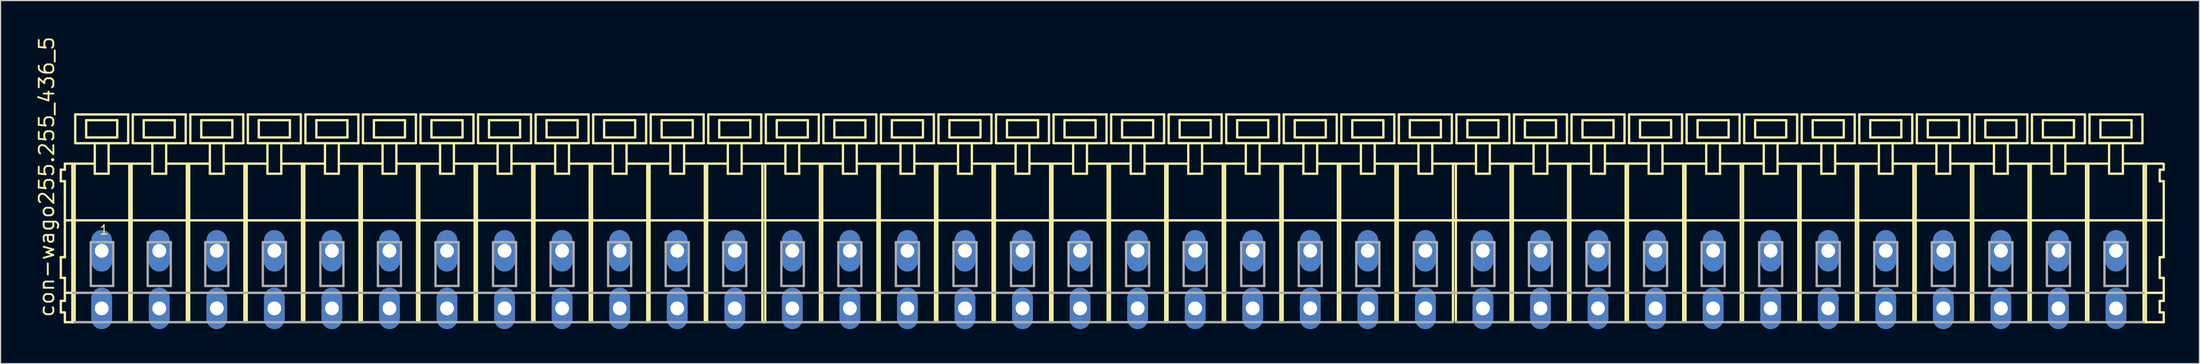
<source format=kicad_pcb>
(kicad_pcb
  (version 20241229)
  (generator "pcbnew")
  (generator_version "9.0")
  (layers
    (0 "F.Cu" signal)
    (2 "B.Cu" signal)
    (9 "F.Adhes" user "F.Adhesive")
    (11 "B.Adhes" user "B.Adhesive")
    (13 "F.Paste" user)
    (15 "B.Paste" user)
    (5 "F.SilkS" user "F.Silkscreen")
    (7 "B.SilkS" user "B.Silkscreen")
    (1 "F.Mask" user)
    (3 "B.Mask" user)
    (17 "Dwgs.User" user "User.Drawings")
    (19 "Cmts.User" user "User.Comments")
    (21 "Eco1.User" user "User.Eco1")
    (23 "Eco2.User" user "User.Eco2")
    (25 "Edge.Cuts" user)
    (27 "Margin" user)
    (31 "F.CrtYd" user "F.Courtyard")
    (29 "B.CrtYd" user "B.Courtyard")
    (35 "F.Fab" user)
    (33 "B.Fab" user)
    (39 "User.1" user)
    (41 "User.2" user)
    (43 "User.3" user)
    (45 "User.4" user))
  (footprint "con-wago255.255_436_5"
    (layer "F.Cu")
    (at 93.285 18.743)
    (property "Reference" "con-wago255.255_436_5" (at -91.535 5.855 90) (layer "F.SilkS") (effects (font (size 1.27 1.27) (thickness 0.16)) (justify left bottom)))
    (attr through_hole)
    (fp_line (start -91.05 -7.05) (end -91.05 -6.05) (stroke (width 0.203) (type default)) (layer "F.SilkS"))
    (fp_line (start -91.05 -6.05) (end -90.7 -6.05) (stroke (width 0.203) (type default)) (layer "F.SilkS"))
    (fp_line (start -91.05 0.55) (end -91.05 2.35) (stroke (width 0.203) (type default)) (layer "F.SilkS"))
    (fp_line (start -91.05 2.35) (end -90.7 2.35) (stroke (width 0.203) (type default)) (layer "F.SilkS"))
    (fp_line (start -91.05 4.35) (end -91.05 5.35) (stroke (width 0.203) (type default)) (layer "F.SilkS"))
    (fp_line (start -91.05 5.35) (end -90.7 5.35) (stroke (width 0.203) (type default)) (layer "F.SilkS"))
    (fp_line (start -90.7 -7.575) (end -90.7 -7.05) (stroke (width 0.203) (type default)) (layer "F.SilkS"))
    (fp_line (start -90.7 -7.575) (end -88.125 -7.575) (stroke (width 0.203) (type default)) (layer "F.SilkS"))
    (fp_line (start -90.7 -7.05) (end -91.05 -7.05) (stroke (width 0.203) (type default)) (layer "F.SilkS"))
    (fp_line (start -90.7 -6.05) (end -90.7 0.55) (stroke (width 0.203) (type default)) (layer "F.SilkS"))
    (fp_line (start -90.7 0.55) (end -91.05 0.55) (stroke (width 0.203) (type default)) (layer "F.SilkS"))
    (fp_line (start -90.7 2.35) (end -90.7 4.35) (stroke (width 0.203) (type default)) (layer "F.SilkS"))
    (fp_line (start -90.7 3.65) (end -90 3.65) (stroke (width 0.203) (type default)) (layer "F.SilkS"))
    (fp_line (start -90.7 4.35) (end -91.05 4.35) (stroke (width 0.203) (type default)) (layer "F.SilkS"))
    (fp_line (start -90.7 5.35) (end -90.7 6.2) (stroke (width 0.203) (type default)) (layer "F.SilkS"))
    (fp_line (start -90.7 6.2) (end -90.05 6.2) (stroke (width 0.203) (type default)) (layer "F.SilkS"))
    (fp_line (start -90.65 -2.65) (end -85.1 -2.65) (stroke (width 0.203) (type default)) (layer "F.SilkS"))
    (fp_line (start -90.05 -7.55) (end -90.05 6.2) (stroke (width 0.203) (type default)) (layer "F.SilkS"))
    (fp_line (start -90.05 6.2) (end -89.85 6.2) (stroke (width 0.203) (type default)) (layer "F.SilkS"))
    (fp_line (start -89.85 -7.55) (end -89.85 6.2) (stroke (width 0.203) (type default)) (layer "F.SilkS"))
    (fp_line (start -89.8 -11.85) (end -89.8 -9.35) (stroke (width 0.203) (type default)) (layer "F.SilkS"))
    (fp_line (start -89.8 -9.35) (end -88.1 -9.35) (stroke (width 0.203) (type default)) (layer "F.SilkS"))
    (fp_line (start -88.85 -11.35) (end -88.85 -9.85) (stroke (width 0.203) (type default)) (layer "F.SilkS"))
    (fp_line (start -88.85 -9.85) (end -86.15 -9.85) (stroke (width 0.203) (type default)) (layer "F.SilkS"))
    (fp_line (start -88.1 -9.35) (end -88.1 -6.7) (stroke (width 0.203) (type default)) (layer "F.SilkS"))
    (fp_line (start -88.1 -9.35) (end -86.9 -9.35) (stroke (width 0.203) (type default)) (layer "F.SilkS"))
    (fp_line (start -88.1 -6.7) (end -86.9 -6.7) (stroke (width 0.203) (type default)) (layer "F.SilkS"))
    (fp_line (start -86.9 -9.35) (end -85.2 -9.35) (stroke (width 0.203) (type default)) (layer "F.SilkS"))
    (fp_line (start -86.9 -6.7) (end -86.9 -9.35) (stroke (width 0.203) (type default)) (layer "F.SilkS"))
    (fp_line (start -86.825 -7.575) (end -83.125 -7.575) (stroke (width 0.203) (type default)) (layer "F.SilkS"))
    (fp_line (start -86.15 -11.35) (end -88.85 -11.35) (stroke (width 0.203) (type default)) (layer "F.SilkS"))
    (fp_line (start -86.15 -9.85) (end -86.15 -11.35) (stroke (width 0.203) (type default)) (layer "F.SilkS"))
    (fp_line (start -85.2 -11.85) (end -89.8 -11.85) (stroke (width 0.203) (type default)) (layer "F.SilkS"))
    (fp_line (start -85.2 -9.35) (end -85.2 -11.85) (stroke (width 0.203) (type default)) (layer "F.SilkS"))
    (fp_line (start -85.1 -7.55) (end -85.1 -2.65) (stroke (width 0.203) (type default)) (layer "F.SilkS"))
    (fp_line (start -85.1 -2.65) (end -85.1 6.2) (stroke (width 0.203) (type default)) (layer "F.SilkS"))
    (fp_line (start -84.9 -7.55) (end -84.9 -2.65) (stroke (width 0.203) (type default)) (layer "F.SilkS"))
    (fp_line (start -84.9 -2.65) (end -84.9 6.2) (stroke (width 0.203) (type default)) (layer "F.SilkS"))
    (fp_line (start -84.9 -2.65) (end -80.1 -2.65) (stroke (width 0.203) (type default)) (layer "F.SilkS"))
    (fp_line (start -84.8 -11.85) (end -84.8 -9.35) (stroke (width 0.203) (type default)) (layer "F.SilkS"))
    (fp_line (start -84.8 -9.35) (end -83.1 -9.35) (stroke (width 0.203) (type default)) (layer "F.SilkS"))
    (fp_line (start -83.85 -11.35) (end -83.85 -9.85) (stroke (width 0.203) (type default)) (layer "F.SilkS"))
    (fp_line (start -83.85 -9.85) (end -81.15 -9.85) (stroke (width 0.203) (type default)) (layer "F.SilkS"))
    (fp_line (start -83.1 -9.35) (end -83.1 -6.7) (stroke (width 0.203) (type default)) (layer "F.SilkS"))
    (fp_line (start -83.1 -9.35) (end -81.9 -9.35) (stroke (width 0.203) (type default)) (layer "F.SilkS"))
    (fp_line (start -83.1 -6.7) (end -81.9 -6.7) (stroke (width 0.203) (type default)) (layer "F.SilkS"))
    (fp_line (start -81.9 -9.35) (end -80.2 -9.35) (stroke (width 0.203) (type default)) (layer "F.SilkS"))
    (fp_line (start -81.9 -6.7) (end -81.9 -9.35) (stroke (width 0.203) (type default)) (layer "F.SilkS"))
    (fp_line (start -81.875 -7.575) (end -78.125 -7.575) (stroke (width 0.203) (type default)) (layer "F.SilkS"))
    (fp_line (start -81.15 -11.35) (end -83.85 -11.35) (stroke (width 0.203) (type default)) (layer "F.SilkS"))
    (fp_line (start -81.15 -9.85) (end -81.15 -11.35) (stroke (width 0.203) (type default)) (layer "F.SilkS"))
    (fp_line (start -80.2 -11.85) (end -84.8 -11.85) (stroke (width 0.203) (type default)) (layer "F.SilkS"))
    (fp_line (start -80.2 -9.35) (end -80.2 -11.85) (stroke (width 0.203) (type default)) (layer "F.SilkS"))
    (fp_line (start -80.1 -7.55) (end -80.1 -2.65) (stroke (width 0.203) (type default)) (layer "F.SilkS"))
    (fp_line (start -80.1 -2.65) (end -80.1 6.2) (stroke (width 0.203) (type default)) (layer "F.SilkS"))
    (fp_line (start -80.1 -2.65) (end -79.9 -2.65) (stroke (width 0.203) (type default)) (layer "F.SilkS"))
    (fp_line (start -79.9 -7.55) (end -79.9 -2.65) (stroke (width 0.203) (type default)) (layer "F.SilkS"))
    (fp_line (start -79.9 -2.65) (end -79.9 6.2) (stroke (width 0.203) (type default)) (layer "F.SilkS"))
    (fp_line (start -79.9 -2.65) (end -75.1 -2.65) (stroke (width 0.203) (type default)) (layer "F.SilkS"))
    (fp_line (start -79.8 -11.85) (end -79.8 -9.35) (stroke (width 0.203) (type default)) (layer "F.SilkS"))
    (fp_line (start -79.8 -9.35) (end -78.1 -9.35) (stroke (width 0.203) (type default)) (layer "F.SilkS"))
    (fp_line (start -78.85 -11.35) (end -78.85 -9.85) (stroke (width 0.203) (type default)) (layer "F.SilkS"))
    (fp_line (start -78.85 -9.85) (end -76.15 -9.85) (stroke (width 0.203) (type default)) (layer "F.SilkS"))
    (fp_line (start -78.1 -9.35) (end -78.1 -6.7) (stroke (width 0.203) (type default)) (layer "F.SilkS"))
    (fp_line (start -78.1 -9.35) (end -76.9 -9.35) (stroke (width 0.203) (type default)) (layer "F.SilkS"))
    (fp_line (start -78.1 -6.7) (end -76.9 -6.7) (stroke (width 0.203) (type default)) (layer "F.SilkS"))
    (fp_line (start -76.9 -9.35) (end -75.2 -9.35) (stroke (width 0.203) (type default)) (layer "F.SilkS"))
    (fp_line (start -76.9 -6.7) (end -76.9 -9.35) (stroke (width 0.203) (type default)) (layer "F.SilkS"))
    (fp_line (start -76.875 -7.575) (end -73.125 -7.575) (stroke (width 0.203) (type default)) (layer "F.SilkS"))
    (fp_line (start -76.15 -11.35) (end -78.85 -11.35) (stroke (width 0.203) (type default)) (layer "F.SilkS"))
    (fp_line (start -76.15 -9.85) (end -76.15 -11.35) (stroke (width 0.203) (type default)) (layer "F.SilkS"))
    (fp_line (start -75.2 -11.85) (end -79.8 -11.85) (stroke (width 0.203) (type default)) (layer "F.SilkS"))
    (fp_line (start -75.2 -9.35) (end -75.2 -11.85) (stroke (width 0.203) (type default)) (layer "F.SilkS"))
    (fp_line (start -75.1 -7.55) (end -75.1 -2.65) (stroke (width 0.203) (type default)) (layer "F.SilkS"))
    (fp_line (start -75.1 -2.65) (end -75.1 6.2) (stroke (width 0.203) (type default)) (layer "F.SilkS"))
    (fp_line (start -75.1 -2.65) (end -74.9 -2.65) (stroke (width 0.203) (type default)) (layer "F.SilkS"))
    (fp_line (start -75.1 -2.65) (end -30.1 -2.65) (stroke (width 0.203) (type default)) (layer "F.SilkS"))
    (fp_line (start -74.9 -7.55) (end -74.9 -2.65) (stroke (width 0.203) (type default)) (layer "F.SilkS"))
    (fp_line (start -74.9 -2.65) (end -74.9 6.2) (stroke (width 0.203) (type default)) (layer "F.SilkS"))
    (fp_line (start -74.9 -2.65) (end -70.1 -2.65) (stroke (width 0.203) (type default)) (layer "F.SilkS"))
    (fp_line (start -74.8 -11.85) (end -74.8 -9.35) (stroke (width 0.203) (type default)) (layer "F.SilkS"))
    (fp_line (start -74.8 -9.35) (end -73.1 -9.35) (stroke (width 0.203) (type default)) (layer "F.SilkS"))
    (fp_line (start -73.85 -11.35) (end -73.85 -9.85) (stroke (width 0.203) (type default)) (layer "F.SilkS"))
    (fp_line (start -73.85 -9.85) (end -71.15 -9.85) (stroke (width 0.203) (type default)) (layer "F.SilkS"))
    (fp_line (start -73.1 -9.35) (end -73.1 -6.7) (stroke (width 0.203) (type default)) (layer "F.SilkS"))
    (fp_line (start -73.1 -9.35) (end -71.9 -9.35) (stroke (width 0.203) (type default)) (layer "F.SilkS"))
    (fp_line (start -73.1 -6.7) (end -71.9 -6.7) (stroke (width 0.203) (type default)) (layer "F.SilkS"))
    (fp_line (start -71.9 -9.35) (end -70.2 -9.35) (stroke (width 0.203) (type default)) (layer "F.SilkS"))
    (fp_line (start -71.9 -6.7) (end -71.9 -9.35) (stroke (width 0.203) (type default)) (layer "F.SilkS"))
    (fp_line (start -71.875 -7.575) (end -68.125 -7.575) (stroke (width 0.203) (type default)) (layer "F.SilkS"))
    (fp_line (start -71.15 -11.35) (end -73.85 -11.35) (stroke (width 0.203) (type default)) (layer "F.SilkS"))
    (fp_line (start -71.15 -9.85) (end -71.15 -11.35) (stroke (width 0.203) (type default)) (layer "F.SilkS"))
    (fp_line (start -70.2 -11.85) (end -74.8 -11.85) (stroke (width 0.203) (type default)) (layer "F.SilkS"))
    (fp_line (start -70.2 -9.35) (end -70.2 -11.85) (stroke (width 0.203) (type default)) (layer "F.SilkS"))
    (fp_line (start -70.1 -7.55) (end -70.1 -2.65) (stroke (width 0.203) (type default)) (layer "F.SilkS"))
    (fp_line (start -70.1 -2.65) (end -70.1 6.2) (stroke (width 0.203) (type default)) (layer "F.SilkS"))
    (fp_line (start -70.1 -2.65) (end -69.9 -2.65) (stroke (width 0.203) (type default)) (layer "F.SilkS"))
    (fp_line (start -69.9 -7.55) (end -69.9 -2.65) (stroke (width 0.203) (type default)) (layer "F.SilkS"))
    (fp_line (start -69.9 -2.65) (end -69.9 6.2) (stroke (width 0.203) (type default)) (layer "F.SilkS"))
    (fp_line (start -69.9 -2.65) (end -65.1 -2.65) (stroke (width 0.203) (type default)) (layer "F.SilkS"))
    (fp_line (start -69.8 -11.85) (end -69.8 -9.35) (stroke (width 0.203) (type default)) (layer "F.SilkS"))
    (fp_line (start -69.8 -9.35) (end -68.1 -9.35) (stroke (width 0.203) (type default)) (layer "F.SilkS"))
    (fp_line (start -68.85 -11.35) (end -68.85 -9.85) (stroke (width 0.203) (type default)) (layer "F.SilkS"))
    (fp_line (start -68.85 -9.85) (end -66.15 -9.85) (stroke (width 0.203) (type default)) (layer "F.SilkS"))
    (fp_line (start -68.1 -9.35) (end -68.1 -6.7) (stroke (width 0.203) (type default)) (layer "F.SilkS"))
    (fp_line (start -68.1 -9.35) (end -66.9 -9.35) (stroke (width 0.203) (type default)) (layer "F.SilkS"))
    (fp_line (start -68.1 -6.7) (end -66.9 -6.7) (stroke (width 0.203) (type default)) (layer "F.SilkS"))
    (fp_line (start -66.9 -9.35) (end -65.2 -9.35) (stroke (width 0.203) (type default)) (layer "F.SilkS"))
    (fp_line (start -66.9 -6.7) (end -66.9 -9.35) (stroke (width 0.203) (type default)) (layer "F.SilkS"))
    (fp_line (start -66.875 -7.575) (end -63.125 -7.575) (stroke (width 0.203) (type default)) (layer "F.SilkS"))
    (fp_line (start -66.15 -11.35) (end -68.85 -11.35) (stroke (width 0.203) (type default)) (layer "F.SilkS"))
    (fp_line (start -66.15 -9.85) (end -66.15 -11.35) (stroke (width 0.203) (type default)) (layer "F.SilkS"))
    (fp_line (start -65.2 -11.85) (end -69.8 -11.85) (stroke (width 0.203) (type default)) (layer "F.SilkS"))
    (fp_line (start -65.2 -9.35) (end -65.2 -11.85) (stroke (width 0.203) (type default)) (layer "F.SilkS"))
    (fp_line (start -65.1 -7.55) (end -65.1 -2.65) (stroke (width 0.203) (type default)) (layer "F.SilkS"))
    (fp_line (start -65.1 -2.65) (end -65.1 6.2) (stroke (width 0.203) (type default)) (layer "F.SilkS"))
    (fp_line (start -65.1 -2.65) (end -64.9 -2.65) (stroke (width 0.203) (type default)) (layer "F.SilkS"))
    (fp_line (start -64.9 -7.55) (end -64.9 -2.65) (stroke (width 0.203) (type default)) (layer "F.SilkS"))
    (fp_line (start -64.9 -2.65) (end -64.9 6.2) (stroke (width 0.203) (type default)) (layer "F.SilkS"))
    (fp_line (start -64.9 -2.65) (end -60.1 -2.65) (stroke (width 0.203) (type default)) (layer "F.SilkS"))
    (fp_line (start -64.8 -11.85) (end -64.8 -9.35) (stroke (width 0.203) (type default)) (layer "F.SilkS"))
    (fp_line (start -64.8 -9.35) (end -63.1 -9.35) (stroke (width 0.203) (type default)) (layer "F.SilkS"))
    (fp_line (start -63.85 -11.35) (end -63.85 -9.85) (stroke (width 0.203) (type default)) (layer "F.SilkS"))
    (fp_line (start -63.85 -9.85) (end -61.15 -9.85) (stroke (width 0.203) (type default)) (layer "F.SilkS"))
    (fp_line (start -63.1 -9.35) (end -63.1 -6.7) (stroke (width 0.203) (type default)) (layer "F.SilkS"))
    (fp_line (start -63.1 -9.35) (end -61.9 -9.35) (stroke (width 0.203) (type default)) (layer "F.SilkS"))
    (fp_line (start -63.1 -6.7) (end -61.9 -6.7) (stroke (width 0.203) (type default)) (layer "F.SilkS"))
    (fp_line (start -61.9 -9.35) (end -60.2 -9.35) (stroke (width 0.203) (type default)) (layer "F.SilkS"))
    (fp_line (start -61.9 -6.7) (end -61.9 -9.35) (stroke (width 0.203) (type default)) (layer "F.SilkS"))
    (fp_line (start -61.875 -7.575) (end -58.125 -7.575) (stroke (width 0.203) (type default)) (layer "F.SilkS"))
    (fp_line (start -61.15 -11.35) (end -63.85 -11.35) (stroke (width 0.203) (type default)) (layer "F.SilkS"))
    (fp_line (start -61.15 -9.85) (end -61.15 -11.35) (stroke (width 0.203) (type default)) (layer "F.SilkS"))
    (fp_line (start -60.2 -11.85) (end -64.8 -11.85) (stroke (width 0.203) (type default)) (layer "F.SilkS"))
    (fp_line (start -60.2 -9.35) (end -60.2 -11.85) (stroke (width 0.203) (type default)) (layer "F.SilkS"))
    (fp_line (start -60.1 -7.55) (end -60.1 -2.65) (stroke (width 0.203) (type default)) (layer "F.SilkS"))
    (fp_line (start -60.1 -2.65) (end -60.1 6.2) (stroke (width 0.203) (type default)) (layer "F.SilkS"))
    (fp_line (start -60.1 -2.65) (end -59.9 -2.65) (stroke (width 0.203) (type default)) (layer "F.SilkS"))
    (fp_line (start -59.9 -7.55) (end -59.9 -2.65) (stroke (width 0.203) (type default)) (layer "F.SilkS"))
    (fp_line (start -59.9 -2.65) (end -59.9 6.2) (stroke (width 0.203) (type default)) (layer "F.SilkS"))
    (fp_line (start -59.9 -2.65) (end -55.1 -2.65) (stroke (width 0.203) (type default)) (layer "F.SilkS"))
    (fp_line (start -59.8 -11.85) (end -59.8 -9.35) (stroke (width 0.203) (type default)) (layer "F.SilkS"))
    (fp_line (start -59.8 -9.35) (end -58.1 -9.35) (stroke (width 0.203) (type default)) (layer "F.SilkS"))
    (fp_line (start -58.85 -11.35) (end -58.85 -9.85) (stroke (width 0.203) (type default)) (layer "F.SilkS"))
    (fp_line (start -58.85 -9.85) (end -56.15 -9.85) (stroke (width 0.203) (type default)) (layer "F.SilkS"))
    (fp_line (start -58.1 -9.35) (end -58.1 -6.7) (stroke (width 0.203) (type default)) (layer "F.SilkS"))
    (fp_line (start -58.1 -9.35) (end -56.9 -9.35) (stroke (width 0.203) (type default)) (layer "F.SilkS"))
    (fp_line (start -58.1 -6.7) (end -56.9 -6.7) (stroke (width 0.203) (type default)) (layer "F.SilkS"))
    (fp_line (start -56.9 -9.35) (end -55.2 -9.35) (stroke (width 0.203) (type default)) (layer "F.SilkS"))
    (fp_line (start -56.9 -6.7) (end -56.9 -9.35) (stroke (width 0.203) (type default)) (layer "F.SilkS"))
    (fp_line (start -56.875 -7.575) (end -53.125 -7.575) (stroke (width 0.203) (type default)) (layer "F.SilkS"))
    (fp_line (start -56.15 -11.35) (end -58.85 -11.35) (stroke (width 0.203) (type default)) (layer "F.SilkS"))
    (fp_line (start -56.15 -9.85) (end -56.15 -11.35) (stroke (width 0.203) (type default)) (layer "F.SilkS"))
    (fp_line (start -55.2 -11.85) (end -59.8 -11.85) (stroke (width 0.203) (type default)) (layer "F.SilkS"))
    (fp_line (start -55.2 -9.35) (end -55.2 -11.85) (stroke (width 0.203) (type default)) (layer "F.SilkS"))
    (fp_line (start -55.1 -7.55) (end -55.1 -2.65) (stroke (width 0.203) (type default)) (layer "F.SilkS"))
    (fp_line (start -55.1 -2.65) (end -55.1 6.2) (stroke (width 0.203) (type default)) (layer "F.SilkS"))
    (fp_line (start -55.1 -2.65) (end -54.9 -2.65) (stroke (width 0.203) (type default)) (layer "F.SilkS"))
    (fp_line (start -54.9 -7.55) (end -54.9 -2.65) (stroke (width 0.203) (type default)) (layer "F.SilkS"))
    (fp_line (start -54.9 -2.65) (end -54.9 6.2) (stroke (width 0.203) (type default)) (layer "F.SilkS"))
    (fp_line (start -54.9 -2.65) (end -50.1 -2.65) (stroke (width 0.203) (type default)) (layer "F.SilkS"))
    (fp_line (start -54.8 -11.85) (end -54.8 -9.35) (stroke (width 0.203) (type default)) (layer "F.SilkS"))
    (fp_line (start -54.8 -9.35) (end -53.1 -9.35) (stroke (width 0.203) (type default)) (layer "F.SilkS"))
    (fp_line (start -53.85 -11.35) (end -53.85 -9.85) (stroke (width 0.203) (type default)) (layer "F.SilkS"))
    (fp_line (start -53.85 -9.85) (end -51.15 -9.85) (stroke (width 0.203) (type default)) (layer "F.SilkS"))
    (fp_line (start -53.1 -9.35) (end -53.1 -6.7) (stroke (width 0.203) (type default)) (layer "F.SilkS"))
    (fp_line (start -53.1 -9.35) (end -51.9 -9.35) (stroke (width 0.203) (type default)) (layer "F.SilkS"))
    (fp_line (start -53.1 -6.7) (end -51.9 -6.7) (stroke (width 0.203) (type default)) (layer "F.SilkS"))
    (fp_line (start -51.9 -9.35) (end -50.2 -9.35) (stroke (width 0.203) (type default)) (layer "F.SilkS"))
    (fp_line (start -51.9 -6.7) (end -51.9 -9.35) (stroke (width 0.203) (type default)) (layer "F.SilkS"))
    (fp_line (start -51.875 -7.575) (end -48.125 -7.575) (stroke (width 0.203) (type default)) (layer "F.SilkS"))
    (fp_line (start -51.15 -11.35) (end -53.85 -11.35) (stroke (width 0.203) (type default)) (layer "F.SilkS"))
    (fp_line (start -51.15 -9.85) (end -51.15 -11.35) (stroke (width 0.203) (type default)) (layer "F.SilkS"))
    (fp_line (start -50.2 -11.85) (end -54.8 -11.85) (stroke (width 0.203) (type default)) (layer "F.SilkS"))
    (fp_line (start -50.2 -9.35) (end -50.2 -11.85) (stroke (width 0.203) (type default)) (layer "F.SilkS"))
    (fp_line (start -50.1 -7.55) (end -50.1 -2.65) (stroke (width 0.203) (type default)) (layer "F.SilkS"))
    (fp_line (start -50.1 -2.65) (end -50.1 6.2) (stroke (width 0.203) (type default)) (layer "F.SilkS"))
    (fp_line (start -50.1 -2.65) (end -49.9 -2.65) (stroke (width 0.203) (type default)) (layer "F.SilkS"))
    (fp_line (start -49.9 -7.55) (end -49.9 -2.65) (stroke (width 0.203) (type default)) (layer "F.SilkS"))
    (fp_line (start -49.9 -2.65) (end -49.9 6.2) (stroke (width 0.203) (type default)) (layer "F.SilkS"))
    (fp_line (start -49.9 -2.65) (end -45.1 -2.65) (stroke (width 0.203) (type default)) (layer "F.SilkS"))
    (fp_line (start -49.8 -11.85) (end -49.8 -9.35) (stroke (width 0.203) (type default)) (layer "F.SilkS"))
    (fp_line (start -49.8 -9.35) (end -48.1 -9.35) (stroke (width 0.203) (type default)) (layer "F.SilkS"))
    (fp_line (start -48.85 -11.35) (end -48.85 -9.85) (stroke (width 0.203) (type default)) (layer "F.SilkS"))
    (fp_line (start -48.85 -9.85) (end -46.15 -9.85) (stroke (width 0.203) (type default)) (layer "F.SilkS"))
    (fp_line (start -48.1 -9.35) (end -48.1 -6.7) (stroke (width 0.203) (type default)) (layer "F.SilkS"))
    (fp_line (start -48.1 -9.35) (end -46.9 -9.35) (stroke (width 0.203) (type default)) (layer "F.SilkS"))
    (fp_line (start -48.1 -6.7) (end -46.9 -6.7) (stroke (width 0.203) (type default)) (layer "F.SilkS"))
    (fp_line (start -46.9 -9.35) (end -45.2 -9.35) (stroke (width 0.203) (type default)) (layer "F.SilkS"))
    (fp_line (start -46.9 -6.7) (end -46.9 -9.35) (stroke (width 0.203) (type default)) (layer "F.SilkS"))
    (fp_line (start -46.875 -7.575) (end -43.125 -7.575) (stroke (width 0.203) (type default)) (layer "F.SilkS"))
    (fp_line (start -46.15 -11.35) (end -48.85 -11.35) (stroke (width 0.203) (type default)) (layer "F.SilkS"))
    (fp_line (start -46.15 -9.85) (end -46.15 -11.35) (stroke (width 0.203) (type default)) (layer "F.SilkS"))
    (fp_line (start -45.2 -11.85) (end -49.8 -11.85) (stroke (width 0.203) (type default)) (layer "F.SilkS"))
    (fp_line (start -45.2 -9.35) (end -45.2 -11.85) (stroke (width 0.203) (type default)) (layer "F.SilkS"))
    (fp_line (start -45.1 -7.55) (end -45.1 -2.65) (stroke (width 0.203) (type default)) (layer "F.SilkS"))
    (fp_line (start -45.1 -2.65) (end -45.1 6.2) (stroke (width 0.203) (type default)) (layer "F.SilkS"))
    (fp_line (start -45.1 -2.65) (end -44.9 -2.65) (stroke (width 0.203) (type default)) (layer "F.SilkS"))
    (fp_line (start -44.9 -7.55) (end -44.9 -2.65) (stroke (width 0.203) (type default)) (layer "F.SilkS"))
    (fp_line (start -44.9 -2.65) (end -44.9 6.2) (stroke (width 0.203) (type default)) (layer "F.SilkS"))
    (fp_line (start -44.9 -2.65) (end -40.1 -2.65) (stroke (width 0.203) (type default)) (layer "F.SilkS"))
    (fp_line (start -44.8 -11.85) (end -44.8 -9.35) (stroke (width 0.203) (type default)) (layer "F.SilkS"))
    (fp_line (start -44.8 -9.35) (end -43.1 -9.35) (stroke (width 0.203) (type default)) (layer "F.SilkS"))
    (fp_line (start -43.85 -11.35) (end -43.85 -9.85) (stroke (width 0.203) (type default)) (layer "F.SilkS"))
    (fp_line (start -43.85 -9.85) (end -41.15 -9.85) (stroke (width 0.203) (type default)) (layer "F.SilkS"))
    (fp_line (start -43.1 -9.35) (end -43.1 -6.7) (stroke (width 0.203) (type default)) (layer "F.SilkS"))
    (fp_line (start -43.1 -9.35) (end -41.9 -9.35) (stroke (width 0.203) (type default)) (layer "F.SilkS"))
    (fp_line (start -43.1 -6.7) (end -41.9 -6.7) (stroke (width 0.203) (type default)) (layer "F.SilkS"))
    (fp_line (start -41.9 -9.35) (end -40.2 -9.35) (stroke (width 0.203) (type default)) (layer "F.SilkS"))
    (fp_line (start -41.9 -6.7) (end -41.9 -9.35) (stroke (width 0.203) (type default)) (layer "F.SilkS"))
    (fp_line (start -41.875 -7.575) (end -38.125 -7.575) (stroke (width 0.203) (type default)) (layer "F.SilkS"))
    (fp_line (start -41.15 -11.35) (end -43.85 -11.35) (stroke (width 0.203) (type default)) (layer "F.SilkS"))
    (fp_line (start -41.15 -9.85) (end -41.15 -11.35) (stroke (width 0.203) (type default)) (layer "F.SilkS"))
    (fp_line (start -40.2 -11.85) (end -44.8 -11.85) (stroke (width 0.203) (type default)) (layer "F.SilkS"))
    (fp_line (start -40.2 -9.35) (end -40.2 -11.85) (stroke (width 0.203) (type default)) (layer "F.SilkS"))
    (fp_line (start -40.1 -7.55) (end -40.1 -2.65) (stroke (width 0.203) (type default)) (layer "F.SilkS"))
    (fp_line (start -40.1 -2.65) (end -40.1 6.2) (stroke (width 0.203) (type default)) (layer "F.SilkS"))
    (fp_line (start -40.1 -2.65) (end -39.9 -2.65) (stroke (width 0.203) (type default)) (layer "F.SilkS"))
    (fp_line (start -39.9 -7.55) (end -39.9 -2.65) (stroke (width 0.203) (type default)) (layer "F.SilkS"))
    (fp_line (start -39.9 -2.65) (end -39.9 6.2) (stroke (width 0.203) (type default)) (layer "F.SilkS"))
    (fp_line (start -39.9 -2.65) (end -35.1 -2.65) (stroke (width 0.203) (type default)) (layer "F.SilkS"))
    (fp_line (start -39.8 -11.85) (end -39.8 -9.35) (stroke (width 0.203) (type default)) (layer "F.SilkS"))
    (fp_line (start -39.8 -9.35) (end -38.1 -9.35) (stroke (width 0.203) (type default)) (layer "F.SilkS"))
    (fp_line (start -38.85 -11.35) (end -38.85 -9.85) (stroke (width 0.203) (type default)) (layer "F.SilkS"))
    (fp_line (start -38.85 -9.85) (end -36.15 -9.85) (stroke (width 0.203) (type default)) (layer "F.SilkS"))
    (fp_line (start -38.1 -9.35) (end -38.1 -6.7) (stroke (width 0.203) (type default)) (layer "F.SilkS"))
    (fp_line (start -38.1 -9.35) (end -36.9 -9.35) (stroke (width 0.203) (type default)) (layer "F.SilkS"))
    (fp_line (start -38.1 -6.7) (end -36.9 -6.7) (stroke (width 0.203) (type default)) (layer "F.SilkS"))
    (fp_line (start -36.9 -9.35) (end -35.2 -9.35) (stroke (width 0.203) (type default)) (layer "F.SilkS"))
    (fp_line (start -36.9 -6.7) (end -36.9 -9.35) (stroke (width 0.203) (type default)) (layer "F.SilkS"))
    (fp_line (start -36.875 -7.575) (end -33.125 -7.575) (stroke (width 0.203) (type default)) (layer "F.SilkS"))
    (fp_line (start -36.15 -11.35) (end -38.85 -11.35) (stroke (width 0.203) (type default)) (layer "F.SilkS"))
    (fp_line (start -36.15 -9.85) (end -36.15 -11.35) (stroke (width 0.203) (type default)) (layer "F.SilkS"))
    (fp_line (start -35.2 -11.85) (end -39.8 -11.85) (stroke (width 0.203) (type default)) (layer "F.SilkS"))
    (fp_line (start -35.2 -9.35) (end -35.2 -11.85) (stroke (width 0.203) (type default)) (layer "F.SilkS"))
    (fp_line (start -35.1 -7.55) (end -35.1 -2.65) (stroke (width 0.203) (type default)) (layer "F.SilkS"))
    (fp_line (start -35.1 -2.65) (end -35.1 6.2) (stroke (width 0.203) (type default)) (layer "F.SilkS"))
    (fp_line (start -35.1 -2.65) (end -34.9 -2.65) (stroke (width 0.203) (type default)) (layer "F.SilkS"))
    (fp_line (start -34.9 -7.55) (end -34.9 -2.65) (stroke (width 0.203) (type default)) (layer "F.SilkS"))
    (fp_line (start -34.9 -2.65) (end -34.9 6.2) (stroke (width 0.203) (type default)) (layer "F.SilkS"))
    (fp_line (start -34.8 -11.85) (end -34.8 -9.35) (stroke (width 0.203) (type default)) (layer "F.SilkS"))
    (fp_line (start -34.8 -9.35) (end -33.1 -9.35) (stroke (width 0.203) (type default)) (layer "F.SilkS"))
    (fp_line (start -33.85 -11.35) (end -33.85 -9.85) (stroke (width 0.203) (type default)) (layer "F.SilkS"))
    (fp_line (start -33.85 -9.85) (end -31.15 -9.85) (stroke (width 0.203) (type default)) (layer "F.SilkS"))
    (fp_line (start -33.1 -9.35) (end -33.1 -6.7) (stroke (width 0.203) (type default)) (layer "F.SilkS"))
    (fp_line (start -33.1 -9.35) (end -31.9 -9.35) (stroke (width 0.203) (type default)) (layer "F.SilkS"))
    (fp_line (start -33.1 -6.7) (end -31.9 -6.7) (stroke (width 0.203) (type default)) (layer "F.SilkS"))
    (fp_line (start -31.9 -9.35) (end -30.2 -9.35) (stroke (width 0.203) (type default)) (layer "F.SilkS"))
    (fp_line (start -31.9 -6.7) (end -31.9 -9.35) (stroke (width 0.203) (type default)) (layer "F.SilkS"))
    (fp_line (start -31.875 -7.575) (end -28.175 -7.575) (stroke (width 0.203) (type default)) (layer "F.SilkS"))
    (fp_line (start -31.15 -11.35) (end -33.85 -11.35) (stroke (width 0.203) (type default)) (layer "F.SilkS"))
    (fp_line (start -31.15 -9.85) (end -31.15 -11.35) (stroke (width 0.203) (type default)) (layer "F.SilkS"))
    (fp_line (start -30.2 -11.85) (end -34.8 -11.85) (stroke (width 0.203) (type default)) (layer "F.SilkS"))
    (fp_line (start -30.2 -9.35) (end -30.2 -11.85) (stroke (width 0.203) (type default)) (layer "F.SilkS"))
    (fp_line (start -30.1 -7.55) (end -30.1 -2.65) (stroke (width 0.203) (type default)) (layer "F.SilkS"))
    (fp_line (start -30.1 -2.65) (end -30.1 6.2) (stroke (width 0.203) (type default)) (layer "F.SilkS"))
    (fp_line (start -30.1 -2.65) (end -29.9 -2.65) (stroke (width 0.203) (type default)) (layer "F.SilkS"))
    (fp_line (start -30.1 6.2) (end -29.9 6.2) (stroke (width 0.203) (type default)) (layer "F.SilkS"))
    (fp_line (start -29.85 -7.55) (end -29.85 -2.65) (stroke (width 0.203) (type default)) (layer "F.SilkS"))
    (fp_line (start -29.85 -2.65) (end -29.85 6.2) (stroke (width 0.203) (type default)) (layer "F.SilkS"))
    (fp_line (start -29.85 -2.65) (end -25.1 -2.65) (stroke (width 0.203) (type default)) (layer "F.SilkS"))
    (fp_line (start -29.8 -11.85) (end -29.8 -9.35) (stroke (width 0.203) (type default)) (layer "F.SilkS"))
    (fp_line (start -29.8 -9.35) (end -28.1 -9.35) (stroke (width 0.203) (type default)) (layer "F.SilkS"))
    (fp_line (start -28.85 -11.35) (end -28.85 -9.85) (stroke (width 0.203) (type default)) (layer "F.SilkS"))
    (fp_line (start -28.85 -9.85) (end -26.15 -9.85) (stroke (width 0.203) (type default)) (layer "F.SilkS"))
    (fp_line (start -28.1 -9.35) (end -28.1 -6.7) (stroke (width 0.203) (type default)) (layer "F.SilkS"))
    (fp_line (start -28.1 -9.35) (end -26.9 -9.35) (stroke (width 0.203) (type default)) (layer "F.SilkS"))
    (fp_line (start -28.1 -6.7) (end -26.9 -6.7) (stroke (width 0.203) (type default)) (layer "F.SilkS"))
    (fp_line (start -26.9 -9.35) (end -25.2 -9.35) (stroke (width 0.203) (type default)) (layer "F.SilkS"))
    (fp_line (start -26.9 -6.7) (end -26.9 -9.35) (stroke (width 0.203) (type default)) (layer "F.SilkS"))
    (fp_line (start -26.825 -7.575) (end -23.125 -7.575) (stroke (width 0.203) (type default)) (layer "F.SilkS"))
    (fp_line (start -26.15 -11.35) (end -28.85 -11.35) (stroke (width 0.203) (type default)) (layer "F.SilkS"))
    (fp_line (start -26.15 -9.85) (end -26.15 -11.35) (stroke (width 0.203) (type default)) (layer "F.SilkS"))
    (fp_line (start -25.2 -11.85) (end -29.8 -11.85) (stroke (width 0.203) (type default)) (layer "F.SilkS"))
    (fp_line (start -25.2 -9.35) (end -25.2 -11.85) (stroke (width 0.203) (type default)) (layer "F.SilkS"))
    (fp_line (start -25.1 -7.55) (end -25.1 -2.65) (stroke (width 0.203) (type default)) (layer "F.SilkS"))
    (fp_line (start -25.1 -2.65) (end -25.1 6.2) (stroke (width 0.203) (type default)) (layer "F.SilkS"))
    (fp_line (start -24.9 -7.55) (end -24.9 -2.65) (stroke (width 0.203) (type default)) (layer "F.SilkS"))
    (fp_line (start -24.9 -2.65) (end -24.9 6.2) (stroke (width 0.203) (type default)) (layer "F.SilkS"))
    (fp_line (start -24.9 -2.65) (end -20.1 -2.65) (stroke (width 0.203) (type default)) (layer "F.SilkS"))
    (fp_line (start -24.8 -11.85) (end -24.8 -9.35) (stroke (width 0.203) (type default)) (layer "F.SilkS"))
    (fp_line (start -24.8 -9.35) (end -23.1 -9.35) (stroke (width 0.203) (type default)) (layer "F.SilkS"))
    (fp_line (start -23.85 -11.35) (end -23.85 -9.85) (stroke (width 0.203) (type default)) (layer "F.SilkS"))
    (fp_line (start -23.85 -9.85) (end -21.15 -9.85) (stroke (width 0.203) (type default)) (layer "F.SilkS"))
    (fp_line (start -23.1 -9.35) (end -23.1 -6.7) (stroke (width 0.203) (type default)) (layer "F.SilkS"))
    (fp_line (start -23.1 -9.35) (end -21.9 -9.35) (stroke (width 0.203) (type default)) (layer "F.SilkS"))
    (fp_line (start -23.1 -6.7) (end -21.9 -6.7) (stroke (width 0.203) (type default)) (layer "F.SilkS"))
    (fp_line (start -21.9 -9.35) (end -20.2 -9.35) (stroke (width 0.203) (type default)) (layer "F.SilkS"))
    (fp_line (start -21.9 -6.7) (end -21.9 -9.35) (stroke (width 0.203) (type default)) (layer "F.SilkS"))
    (fp_line (start -21.875 -7.575) (end -18.125 -7.575) (stroke (width 0.203) (type default)) (layer "F.SilkS"))
    (fp_line (start -21.15 -11.35) (end -23.85 -11.35) (stroke (width 0.203) (type default)) (layer "F.SilkS"))
    (fp_line (start -21.15 -9.85) (end -21.15 -11.35) (stroke (width 0.203) (type default)) (layer "F.SilkS"))
    (fp_line (start -20.2 -11.85) (end -24.8 -11.85) (stroke (width 0.203) (type default)) (layer "F.SilkS"))
    (fp_line (start -20.2 -9.35) (end -20.2 -11.85) (stroke (width 0.203) (type default)) (layer "F.SilkS"))
    (fp_line (start -20.1 -7.55) (end -20.1 -2.65) (stroke (width 0.203) (type default)) (layer "F.SilkS"))
    (fp_line (start -20.1 -2.65) (end -20.1 6.2) (stroke (width 0.203) (type default)) (layer "F.SilkS"))
    (fp_line (start -20.1 -2.65) (end -19.9 -2.65) (stroke (width 0.203) (type default)) (layer "F.SilkS"))
    (fp_line (start -19.9 -7.55) (end -19.9 -2.65) (stroke (width 0.203) (type default)) (layer "F.SilkS"))
    (fp_line (start -19.9 -2.65) (end -19.9 6.2) (stroke (width 0.203) (type default)) (layer "F.SilkS"))
    (fp_line (start -19.9 -2.65) (end -15.1 -2.65) (stroke (width 0.203) (type default)) (layer "F.SilkS"))
    (fp_line (start -19.8 -11.85) (end -19.8 -9.35) (stroke (width 0.203) (type default)) (layer "F.SilkS"))
    (fp_line (start -19.8 -9.35) (end -18.1 -9.35) (stroke (width 0.203) (type default)) (layer "F.SilkS"))
    (fp_line (start -18.85 -11.35) (end -18.85 -9.85) (stroke (width 0.203) (type default)) (layer "F.SilkS"))
    (fp_line (start -18.85 -9.85) (end -16.15 -9.85) (stroke (width 0.203) (type default)) (layer "F.SilkS"))
    (fp_line (start -18.1 -9.35) (end -18.1 -6.7) (stroke (width 0.203) (type default)) (layer "F.SilkS"))
    (fp_line (start -18.1 -9.35) (end -16.9 -9.35) (stroke (width 0.203) (type default)) (layer "F.SilkS"))
    (fp_line (start -18.1 -6.7) (end -16.9 -6.7) (stroke (width 0.203) (type default)) (layer "F.SilkS"))
    (fp_line (start -16.9 -9.35) (end -15.2 -9.35) (stroke (width 0.203) (type default)) (layer "F.SilkS"))
    (fp_line (start -16.9 -6.7) (end -16.9 -9.35) (stroke (width 0.203) (type default)) (layer "F.SilkS"))
    (fp_line (start -16.875 -7.575) (end -13.125 -7.575) (stroke (width 0.203) (type default)) (layer "F.SilkS"))
    (fp_line (start -16.15 -11.35) (end -18.85 -11.35) (stroke (width 0.203) (type default)) (layer "F.SilkS"))
    (fp_line (start -16.15 -9.85) (end -16.15 -11.35) (stroke (width 0.203) (type default)) (layer "F.SilkS"))
    (fp_line (start -15.2 -11.85) (end -19.8 -11.85) (stroke (width 0.203) (type default)) (layer "F.SilkS"))
    (fp_line (start -15.2 -9.35) (end -15.2 -11.85) (stroke (width 0.203) (type default)) (layer "F.SilkS"))
    (fp_line (start -15.1 -7.55) (end -15.1 -2.65) (stroke (width 0.203) (type default)) (layer "F.SilkS"))
    (fp_line (start -15.1 -2.65) (end -15.1 6.2) (stroke (width 0.203) (type default)) (layer "F.SilkS"))
    (fp_line (start -15.1 -2.65) (end -14.9 -2.65) (stroke (width 0.203) (type default)) (layer "F.SilkS"))
    (fp_line (start -15.1 -2.65) (end 29.9 -2.65) (stroke (width 0.203) (type default)) (layer "F.SilkS"))
    (fp_line (start -14.9 -7.55) (end -14.9 -2.65) (stroke (width 0.203) (type default)) (layer "F.SilkS"))
    (fp_line (start -14.9 -2.65) (end -14.9 6.2) (stroke (width 0.203) (type default)) (layer "F.SilkS"))
    (fp_line (start -14.9 -2.65) (end -10.1 -2.65) (stroke (width 0.203) (type default)) (layer "F.SilkS"))
    (fp_line (start -14.8 -11.85) (end -14.8 -9.35) (stroke (width 0.203) (type default)) (layer "F.SilkS"))
    (fp_line (start -14.8 -9.35) (end -13.1 -9.35) (stroke (width 0.203) (type default)) (layer "F.SilkS"))
    (fp_line (start -13.85 -11.35) (end -13.85 -9.85) (stroke (width 0.203) (type default)) (layer "F.SilkS"))
    (fp_line (start -13.85 -9.85) (end -11.15 -9.85) (stroke (width 0.203) (type default)) (layer "F.SilkS"))
    (fp_line (start -13.1 -9.35) (end -13.1 -6.7) (stroke (width 0.203) (type default)) (layer "F.SilkS"))
    (fp_line (start -13.1 -9.35) (end -11.9 -9.35) (stroke (width 0.203) (type default)) (layer "F.SilkS"))
    (fp_line (start -13.1 -6.7) (end -11.9 -6.7) (stroke (width 0.203) (type default)) (layer "F.SilkS"))
    (fp_line (start -11.9 -9.35) (end -10.2 -9.35) (stroke (width 0.203) (type default)) (layer "F.SilkS"))
    (fp_line (start -11.9 -6.7) (end -11.9 -9.35) (stroke (width 0.203) (type default)) (layer "F.SilkS"))
    (fp_line (start -11.875 -7.575) (end -8.125 -7.575) (stroke (width 0.203) (type default)) (layer "F.SilkS"))
    (fp_line (start -11.15 -11.35) (end -13.85 -11.35) (stroke (width 0.203) (type default)) (layer "F.SilkS"))
    (fp_line (start -11.15 -9.85) (end -11.15 -11.35) (stroke (width 0.203) (type default)) (layer "F.SilkS"))
    (fp_line (start -10.2 -11.85) (end -14.8 -11.85) (stroke (width 0.203) (type default)) (layer "F.SilkS"))
    (fp_line (start -10.2 -9.35) (end -10.2 -11.85) (stroke (width 0.203) (type default)) (layer "F.SilkS"))
    (fp_line (start -10.1 -7.55) (end -10.1 -2.65) (stroke (width 0.203) (type default)) (layer "F.SilkS"))
    (fp_line (start -10.1 -2.65) (end -10.1 6.2) (stroke (width 0.203) (type default)) (layer "F.SilkS"))
    (fp_line (start -10.1 -2.65) (end -9.9 -2.65) (stroke (width 0.203) (type default)) (layer "F.SilkS"))
    (fp_line (start -9.9 -7.55) (end -9.9 -2.65) (stroke (width 0.203) (type default)) (layer "F.SilkS"))
    (fp_line (start -9.9 -2.65) (end -9.9 6.2) (stroke (width 0.203) (type default)) (layer "F.SilkS"))
    (fp_line (start -9.9 -2.65) (end -5.1 -2.65) (stroke (width 0.203) (type default)) (layer "F.SilkS"))
    (fp_line (start -9.8 -11.85) (end -9.8 -9.35) (stroke (width 0.203) (type default)) (layer "F.SilkS"))
    (fp_line (start -9.8 -9.35) (end -8.1 -9.35) (stroke (width 0.203) (type default)) (layer "F.SilkS"))
    (fp_line (start -8.85 -11.35) (end -8.85 -9.85) (stroke (width 0.203) (type default)) (layer "F.SilkS"))
    (fp_line (start -8.85 -9.85) (end -6.15 -9.85) (stroke (width 0.203) (type default)) (layer "F.SilkS"))
    (fp_line (start -8.1 -9.35) (end -8.1 -6.7) (stroke (width 0.203) (type default)) (layer "F.SilkS"))
    (fp_line (start -8.1 -9.35) (end -6.9 -9.35) (stroke (width 0.203) (type default)) (layer "F.SilkS"))
    (fp_line (start -8.1 -6.7) (end -6.9 -6.7) (stroke (width 0.203) (type default)) (layer "F.SilkS"))
    (fp_line (start -6.9 -9.35) (end -5.2 -9.35) (stroke (width 0.203) (type default)) (layer "F.SilkS"))
    (fp_line (start -6.9 -6.7) (end -6.9 -9.35) (stroke (width 0.203) (type default)) (layer "F.SilkS"))
    (fp_line (start -6.875 -7.575) (end -3.125 -7.575) (stroke (width 0.203) (type default)) (layer "F.SilkS"))
    (fp_line (start -6.15 -11.35) (end -8.85 -11.35) (stroke (width 0.203) (type default)) (layer "F.SilkS"))
    (fp_line (start -6.15 -9.85) (end -6.15 -11.35) (stroke (width 0.203) (type default)) (layer "F.SilkS"))
    (fp_line (start -5.2 -11.85) (end -9.8 -11.85) (stroke (width 0.203) (type default)) (layer "F.SilkS"))
    (fp_line (start -5.2 -9.35) (end -5.2 -11.85) (stroke (width 0.203) (type default)) (layer "F.SilkS"))
    (fp_line (start -5.1 -7.55) (end -5.1 -2.65) (stroke (width 0.203) (type default)) (layer "F.SilkS"))
    (fp_line (start -5.1 -2.65) (end -5.1 6.2) (stroke (width 0.203) (type default)) (layer "F.SilkS"))
    (fp_line (start -5.1 -2.65) (end -4.9 -2.65) (stroke (width 0.203) (type default)) (layer "F.SilkS"))
    (fp_line (start -4.9 -7.55) (end -4.9 -2.65) (stroke (width 0.203) (type default)) (layer "F.SilkS"))
    (fp_line (start -4.9 -2.65) (end -4.9 6.2) (stroke (width 0.203) (type default)) (layer "F.SilkS"))
    (fp_line (start -4.9 -2.65) (end -0.1 -2.65) (stroke (width 0.203) (type default)) (layer "F.SilkS"))
    (fp_line (start -4.8 -11.85) (end -4.8 -9.35) (stroke (width 0.203) (type default)) (layer "F.SilkS"))
    (fp_line (start -4.8 -9.35) (end -3.1 -9.35) (stroke (width 0.203) (type default)) (layer "F.SilkS"))
    (fp_line (start -3.85 -11.35) (end -3.85 -9.85) (stroke (width 0.203) (type default)) (layer "F.SilkS"))
    (fp_line (start -3.85 -9.85) (end -1.15 -9.85) (stroke (width 0.203) (type default)) (layer "F.SilkS"))
    (fp_line (start -3.1 -9.35) (end -3.1 -6.7) (stroke (width 0.203) (type default)) (layer "F.SilkS"))
    (fp_line (start -3.1 -9.35) (end -1.9 -9.35) (stroke (width 0.203) (type default)) (layer "F.SilkS"))
    (fp_line (start -3.1 -6.7) (end -1.9 -6.7) (stroke (width 0.203) (type default)) (layer "F.SilkS"))
    (fp_line (start -1.9 -9.35) (end -0.2 -9.35) (stroke (width 0.203) (type default)) (layer "F.SilkS"))
    (fp_line (start -1.9 -6.7) (end -1.9 -9.35) (stroke (width 0.203) (type default)) (layer "F.SilkS"))
    (fp_line (start -1.875 -7.575) (end 1.875 -7.575) (stroke (width 0.203) (type default)) (layer "F.SilkS"))
    (fp_line (start -1.15 -11.35) (end -3.85 -11.35) (stroke (width 0.203) (type default)) (layer "F.SilkS"))
    (fp_line (start -1.15 -9.85) (end -1.15 -11.35) (stroke (width 0.203) (type default)) (layer "F.SilkS"))
    (fp_line (start -0.2 -11.85) (end -4.8 -11.85) (stroke (width 0.203) (type default)) (layer "F.SilkS"))
    (fp_line (start -0.2 -9.35) (end -0.2 -11.85) (stroke (width 0.203) (type default)) (layer "F.SilkS"))
    (fp_line (start -0.1 -7.55) (end -0.1 -2.65) (stroke (width 0.203) (type default)) (layer "F.SilkS"))
    (fp_line (start -0.1 -2.65) (end -0.1 6.2) (stroke (width 0.203) (type default)) (layer "F.SilkS"))
    (fp_line (start -0.1 -2.65) (end 0.1 -2.65) (stroke (width 0.203) (type default)) (layer "F.SilkS"))
    (fp_line (start 0.1 -7.55) (end 0.1 -2.65) (stroke (width 0.203) (type default)) (layer "F.SilkS"))
    (fp_line (start 0.1 -2.65) (end 0.1 6.2) (stroke (width 0.203) (type default)) (layer "F.SilkS"))
    (fp_line (start 0.1 -2.65) (end 4.9 -2.65) (stroke (width 0.203) (type default)) (layer "F.SilkS"))
    (fp_line (start 0.2 -11.85) (end 0.2 -9.35) (stroke (width 0.203) (type default)) (layer "F.SilkS"))
    (fp_line (start 0.2 -9.35) (end 1.9 -9.35) (stroke (width 0.203) (type default)) (layer "F.SilkS"))
    (fp_line (start 1.15 -11.35) (end 1.15 -9.85) (stroke (width 0.203) (type default)) (layer "F.SilkS"))
    (fp_line (start 1.15 -9.85) (end 3.85 -9.85) (stroke (width 0.203) (type default)) (layer "F.SilkS"))
    (fp_line (start 1.9 -9.35) (end 1.9 -6.7) (stroke (width 0.203) (type default)) (layer "F.SilkS"))
    (fp_line (start 1.9 -9.35) (end 3.1 -9.35) (stroke (width 0.203) (type default)) (layer "F.SilkS"))
    (fp_line (start 1.9 -6.7) (end 3.1 -6.7) (stroke (width 0.203) (type default)) (layer "F.SilkS"))
    (fp_line (start 3.1 -9.35) (end 4.8 -9.35) (stroke (width 0.203) (type default)) (layer "F.SilkS"))
    (fp_line (start 3.1 -6.7) (end 3.1 -9.35) (stroke (width 0.203) (type default)) (layer "F.SilkS"))
    (fp_line (start 3.125 -7.575) (end 6.875 -7.575) (stroke (width 0.203) (type default)) (layer "F.SilkS"))
    (fp_line (start 3.85 -11.35) (end 1.15 -11.35) (stroke (width 0.203) (type default)) (layer "F.SilkS"))
    (fp_line (start 3.85 -9.85) (end 3.85 -11.35) (stroke (width 0.203) (type default)) (layer "F.SilkS"))
    (fp_line (start 4.8 -11.85) (end 0.2 -11.85) (stroke (width 0.203) (type default)) (layer "F.SilkS"))
    (fp_line (start 4.8 -9.35) (end 4.8 -11.85) (stroke (width 0.203) (type default)) (layer "F.SilkS"))
    (fp_line (start 4.9 -7.55) (end 4.9 -2.65) (stroke (width 0.203) (type default)) (layer "F.SilkS"))
    (fp_line (start 4.9 -2.65) (end 4.9 6.2) (stroke (width 0.203) (type default)) (layer "F.SilkS"))
    (fp_line (start 4.9 -2.65) (end 5.1 -2.65) (stroke (width 0.203) (type default)) (layer "F.SilkS"))
    (fp_line (start 5.1 -7.55) (end 5.1 -2.65) (stroke (width 0.203) (type default)) (layer "F.SilkS"))
    (fp_line (start 5.1 -2.65) (end 5.1 6.2) (stroke (width 0.203) (type default)) (layer "F.SilkS"))
    (fp_line (start 5.1 -2.65) (end 9.9 -2.65) (stroke (width 0.203) (type default)) (layer "F.SilkS"))
    (fp_line (start 5.2 -11.85) (end 5.2 -9.35) (stroke (width 0.203) (type default)) (layer "F.SilkS"))
    (fp_line (start 5.2 -9.35) (end 6.9 -9.35) (stroke (width 0.203) (type default)) (layer "F.SilkS"))
    (fp_line (start 6.15 -11.35) (end 6.15 -9.85) (stroke (width 0.203) (type default)) (layer "F.SilkS"))
    (fp_line (start 6.15 -9.85) (end 8.85 -9.85) (stroke (width 0.203) (type default)) (layer "F.SilkS"))
    (fp_line (start 6.9 -9.35) (end 6.9 -6.7) (stroke (width 0.203) (type default)) (layer "F.SilkS"))
    (fp_line (start 6.9 -9.35) (end 8.1 -9.35) (stroke (width 0.203) (type default)) (layer "F.SilkS"))
    (fp_line (start 6.9 -6.7) (end 8.1 -6.7) (stroke (width 0.203) (type default)) (layer "F.SilkS"))
    (fp_line (start 8.1 -9.35) (end 9.8 -9.35) (stroke (width 0.203) (type default)) (layer "F.SilkS"))
    (fp_line (start 8.1 -6.7) (end 8.1 -9.35) (stroke (width 0.203) (type default)) (layer "F.SilkS"))
    (fp_line (start 8.125 -7.575) (end 11.875 -7.575) (stroke (width 0.203) (type default)) (layer "F.SilkS"))
    (fp_line (start 8.85 -11.35) (end 6.15 -11.35) (stroke (width 0.203) (type default)) (layer "F.SilkS"))
    (fp_line (start 8.85 -9.85) (end 8.85 -11.35) (stroke (width 0.203) (type default)) (layer "F.SilkS"))
    (fp_line (start 9.8 -11.85) (end 5.2 -11.85) (stroke (width 0.203) (type default)) (layer "F.SilkS"))
    (fp_line (start 9.8 -9.35) (end 9.8 -11.85) (stroke (width 0.203) (type default)) (layer "F.SilkS"))
    (fp_line (start 9.9 -7.55) (end 9.9 -2.65) (stroke (width 0.203) (type default)) (layer "F.SilkS"))
    (fp_line (start 9.9 -2.65) (end 9.9 6.2) (stroke (width 0.203) (type default)) (layer "F.SilkS"))
    (fp_line (start 9.9 -2.65) (end 10.1 -2.65) (stroke (width 0.203) (type default)) (layer "F.SilkS"))
    (fp_line (start 10.1 -7.55) (end 10.1 -2.65) (stroke (width 0.203) (type default)) (layer "F.SilkS"))
    (fp_line (start 10.1 -2.65) (end 10.1 6.2) (stroke (width 0.203) (type default)) (layer "F.SilkS"))
    (fp_line (start 10.1 -2.65) (end 14.9 -2.65) (stroke (width 0.203) (type default)) (layer "F.SilkS"))
    (fp_line (start 10.2 -11.85) (end 10.2 -9.35) (stroke (width 0.203) (type default)) (layer "F.SilkS"))
    (fp_line (start 10.2 -9.35) (end 11.9 -9.35) (stroke (width 0.203) (type default)) (layer "F.SilkS"))
    (fp_line (start 11.15 -11.35) (end 11.15 -9.85) (stroke (width 0.203) (type default)) (layer "F.SilkS"))
    (fp_line (start 11.15 -9.85) (end 13.85 -9.85) (stroke (width 0.203) (type default)) (layer "F.SilkS"))
    (fp_line (start 11.9 -9.35) (end 11.9 -6.7) (stroke (width 0.203) (type default)) (layer "F.SilkS"))
    (fp_line (start 11.9 -9.35) (end 13.1 -9.35) (stroke (width 0.203) (type default)) (layer "F.SilkS"))
    (fp_line (start 11.9 -6.7) (end 13.1 -6.7) (stroke (width 0.203) (type default)) (layer "F.SilkS"))
    (fp_line (start 13.1 -9.35) (end 14.8 -9.35) (stroke (width 0.203) (type default)) (layer "F.SilkS"))
    (fp_line (start 13.1 -6.7) (end 13.1 -9.35) (stroke (width 0.203) (type default)) (layer "F.SilkS"))
    (fp_line (start 13.125 -7.575) (end 16.875 -7.575) (stroke (width 0.203) (type default)) (layer "F.SilkS"))
    (fp_line (start 13.85 -11.35) (end 11.15 -11.35) (stroke (width 0.203) (type default)) (layer "F.SilkS"))
    (fp_line (start 13.85 -9.85) (end 13.85 -11.35) (stroke (width 0.203) (type default)) (layer "F.SilkS"))
    (fp_line (start 14.8 -11.85) (end 10.2 -11.85) (stroke (width 0.203) (type default)) (layer "F.SilkS"))
    (fp_line (start 14.8 -9.35) (end 14.8 -11.85) (stroke (width 0.203) (type default)) (layer "F.SilkS"))
    (fp_line (start 14.9 -7.55) (end 14.9 -2.65) (stroke (width 0.203) (type default)) (layer "F.SilkS"))
    (fp_line (start 14.9 -2.65) (end 14.9 6.2) (stroke (width 0.203) (type default)) (layer "F.SilkS"))
    (fp_line (start 14.9 -2.65) (end 15.1 -2.65) (stroke (width 0.203) (type default)) (layer "F.SilkS"))
    (fp_line (start 15.1 -7.55) (end 15.1 -2.65) (stroke (width 0.203) (type default)) (layer "F.SilkS"))
    (fp_line (start 15.1 -2.65) (end 15.1 6.2) (stroke (width 0.203) (type default)) (layer "F.SilkS"))
    (fp_line (start 15.1 -2.65) (end 19.9 -2.65) (stroke (width 0.203) (type default)) (layer "F.SilkS"))
    (fp_line (start 15.2 -11.85) (end 15.2 -9.35) (stroke (width 0.203) (type default)) (layer "F.SilkS"))
    (fp_line (start 15.2 -9.35) (end 16.9 -9.35) (stroke (width 0.203) (type default)) (layer "F.SilkS"))
    (fp_line (start 16.15 -11.35) (end 16.15 -9.85) (stroke (width 0.203) (type default)) (layer "F.SilkS"))
    (fp_line (start 16.15 -9.85) (end 18.85 -9.85) (stroke (width 0.203) (type default)) (layer "F.SilkS"))
    (fp_line (start 16.9 -9.35) (end 16.9 -6.7) (stroke (width 0.203) (type default)) (layer "F.SilkS"))
    (fp_line (start 16.9 -9.35) (end 18.1 -9.35) (stroke (width 0.203) (type default)) (layer "F.SilkS"))
    (fp_line (start 16.9 -6.7) (end 18.1 -6.7) (stroke (width 0.203) (type default)) (layer "F.SilkS"))
    (fp_line (start 18.1 -9.35) (end 19.8 -9.35) (stroke (width 0.203) (type default)) (layer "F.SilkS"))
    (fp_line (start 18.1 -6.7) (end 18.1 -9.35) (stroke (width 0.203) (type default)) (layer "F.SilkS"))
    (fp_line (start 18.125 -7.575) (end 21.875 -7.575) (stroke (width 0.203) (type default)) (layer "F.SilkS"))
    (fp_line (start 18.85 -11.35) (end 16.15 -11.35) (stroke (width 0.203) (type default)) (layer "F.SilkS"))
    (fp_line (start 18.85 -9.85) (end 18.85 -11.35) (stroke (width 0.203) (type default)) (layer "F.SilkS"))
    (fp_line (start 19.8 -11.85) (end 15.2 -11.85) (stroke (width 0.203) (type default)) (layer "F.SilkS"))
    (fp_line (start 19.8 -9.35) (end 19.8 -11.85) (stroke (width 0.203) (type default)) (layer "F.SilkS"))
    (fp_line (start 19.9 -7.55) (end 19.9 -2.65) (stroke (width 0.203) (type default)) (layer "F.SilkS"))
    (fp_line (start 19.9 -2.65) (end 19.9 6.2) (stroke (width 0.203) (type default)) (layer "F.SilkS"))
    (fp_line (start 19.9 -2.65) (end 20.1 -2.65) (stroke (width 0.203) (type default)) (layer "F.SilkS"))
    (fp_line (start 20.1 -7.55) (end 20.1 -2.65) (stroke (width 0.203) (type default)) (layer "F.SilkS"))
    (fp_line (start 20.1 -2.65) (end 20.1 6.2) (stroke (width 0.203) (type default)) (layer "F.SilkS"))
    (fp_line (start 20.1 -2.65) (end 24.9 -2.65) (stroke (width 0.203) (type default)) (layer "F.SilkS"))
    (fp_line (start 20.2 -11.85) (end 20.2 -9.35) (stroke (width 0.203) (type default)) (layer "F.SilkS"))
    (fp_line (start 20.2 -9.35) (end 21.9 -9.35) (stroke (width 0.203) (type default)) (layer "F.SilkS"))
    (fp_line (start 21.15 -11.35) (end 21.15 -9.85) (stroke (width 0.203) (type default)) (layer "F.SilkS"))
    (fp_line (start 21.15 -9.85) (end 23.85 -9.85) (stroke (width 0.203) (type default)) (layer "F.SilkS"))
    (fp_line (start 21.9 -9.35) (end 21.9 -6.7) (stroke (width 0.203) (type default)) (layer "F.SilkS"))
    (fp_line (start 21.9 -9.35) (end 23.1 -9.35) (stroke (width 0.203) (type default)) (layer "F.SilkS"))
    (fp_line (start 21.9 -6.7) (end 23.1 -6.7) (stroke (width 0.203) (type default)) (layer "F.SilkS"))
    (fp_line (start 23.1 -9.35) (end 24.8 -9.35) (stroke (width 0.203) (type default)) (layer "F.SilkS"))
    (fp_line (start 23.1 -6.7) (end 23.1 -9.35) (stroke (width 0.203) (type default)) (layer "F.SilkS"))
    (fp_line (start 23.125 -7.575) (end 26.875 -7.575) (stroke (width 0.203) (type default)) (layer "F.SilkS"))
    (fp_line (start 23.85 -11.35) (end 21.15 -11.35) (stroke (width 0.203) (type default)) (layer "F.SilkS"))
    (fp_line (start 23.85 -9.85) (end 23.85 -11.35) (stroke (width 0.203) (type default)) (layer "F.SilkS"))
    (fp_line (start 24.8 -11.85) (end 20.2 -11.85) (stroke (width 0.203) (type default)) (layer "F.SilkS"))
    (fp_line (start 24.8 -9.35) (end 24.8 -11.85) (stroke (width 0.203) (type default)) (layer "F.SilkS"))
    (fp_line (start 24.9 -7.55) (end 24.9 -2.65) (stroke (width 0.203) (type default)) (layer "F.SilkS"))
    (fp_line (start 24.9 -2.65) (end 24.9 6.2) (stroke (width 0.203) (type default)) (layer "F.SilkS"))
    (fp_line (start 24.9 -2.65) (end 25.1 -2.65) (stroke (width 0.203) (type default)) (layer "F.SilkS"))
    (fp_line (start 25.1 -7.55) (end 25.1 -2.65) (stroke (width 0.203) (type default)) (layer "F.SilkS"))
    (fp_line (start 25.1 -2.65) (end 25.1 6.2) (stroke (width 0.203) (type default)) (layer "F.SilkS"))
    (fp_line (start 25.2 -11.85) (end 25.2 -9.35) (stroke (width 0.203) (type default)) (layer "F.SilkS"))
    (fp_line (start 25.2 -9.35) (end 26.9 -9.35) (stroke (width 0.203) (type default)) (layer "F.SilkS"))
    (fp_line (start 26.15 -11.35) (end 26.15 -9.85) (stroke (width 0.203) (type default)) (layer "F.SilkS"))
    (fp_line (start 26.15 -9.85) (end 28.85 -9.85) (stroke (width 0.203) (type default)) (layer "F.SilkS"))
    (fp_line (start 26.9 -9.35) (end 26.9 -6.7) (stroke (width 0.203) (type default)) (layer "F.SilkS"))
    (fp_line (start 26.9 -9.35) (end 28.1 -9.35) (stroke (width 0.203) (type default)) (layer "F.SilkS"))
    (fp_line (start 26.9 -6.7) (end 28.1 -6.7) (stroke (width 0.203) (type default)) (layer "F.SilkS"))
    (fp_line (start 28.1 -9.35) (end 29.8 -9.35) (stroke (width 0.203) (type default)) (layer "F.SilkS"))
    (fp_line (start 28.1 -6.7) (end 28.1 -9.35) (stroke (width 0.203) (type default)) (layer "F.SilkS"))
    (fp_line (start 28.125 -7.575) (end 31.825 -7.575) (stroke (width 0.203) (type default)) (layer "F.SilkS"))
    (fp_line (start 28.85 -11.35) (end 26.15 -11.35) (stroke (width 0.203) (type default)) (layer "F.SilkS"))
    (fp_line (start 28.85 -9.85) (end 28.85 -11.35) (stroke (width 0.203) (type default)) (layer "F.SilkS"))
    (fp_line (start 29.35 -2.65) (end 34.9 -2.65) (stroke (width 0.203) (type default)) (layer "F.SilkS"))
    (fp_line (start 29.8 -11.85) (end 25.2 -11.85) (stroke (width 0.203) (type default)) (layer "F.SilkS"))
    (fp_line (start 29.8 -9.35) (end 29.8 -11.85) (stroke (width 0.203) (type default)) (layer "F.SilkS"))
    (fp_line (start 29.9 -7.55) (end 29.9 -2.65) (stroke (width 0.203) (type default)) (layer "F.SilkS"))
    (fp_line (start 29.9 -2.65) (end 29.9 6.2) (stroke (width 0.203) (type default)) (layer "F.SilkS"))
    (fp_line (start 29.9 -2.65) (end 30.1 -2.65) (stroke (width 0.203) (type default)) (layer "F.SilkS"))
    (fp_line (start 30.15 -7.55) (end 30.15 6.2) (stroke (width 0.203) (type default)) (layer "F.SilkS"))
    (fp_line (start 30.2 -11.85) (end 30.2 -9.35) (stroke (width 0.203) (type default)) (layer "F.SilkS"))
    (fp_line (start 30.2 -9.35) (end 31.9 -9.35) (stroke (width 0.203) (type default)) (layer "F.SilkS"))
    (fp_line (start 31.15 -11.35) (end 31.15 -9.85) (stroke (width 0.203) (type default)) (layer "F.SilkS"))
    (fp_line (start 31.15 -9.85) (end 33.85 -9.85) (stroke (width 0.203) (type default)) (layer "F.SilkS"))
    (fp_line (start 31.9 -9.35) (end 31.9 -6.7) (stroke (width 0.203) (type default)) (layer "F.SilkS"))
    (fp_line (start 31.9 -9.35) (end 33.1 -9.35) (stroke (width 0.203) (type default)) (layer "F.SilkS"))
    (fp_line (start 31.9 -6.7) (end 33.1 -6.7) (stroke (width 0.203) (type default)) (layer "F.SilkS"))
    (fp_line (start 33.1 -9.35) (end 34.8 -9.35) (stroke (width 0.203) (type default)) (layer "F.SilkS"))
    (fp_line (start 33.1 -6.7) (end 33.1 -9.35) (stroke (width 0.203) (type default)) (layer "F.SilkS"))
    (fp_line (start 33.175 -7.575) (end 36.875 -7.575) (stroke (width 0.203) (type default)) (layer "F.SilkS"))
    (fp_line (start 33.85 -11.35) (end 31.15 -11.35) (stroke (width 0.203) (type default)) (layer "F.SilkS"))
    (fp_line (start 33.85 -9.85) (end 33.85 -11.35) (stroke (width 0.203) (type default)) (layer "F.SilkS"))
    (fp_line (start 34.8 -11.85) (end 30.2 -11.85) (stroke (width 0.203) (type default)) (layer "F.SilkS"))
    (fp_line (start 34.8 -9.35) (end 34.8 -11.85) (stroke (width 0.203) (type default)) (layer "F.SilkS"))
    (fp_line (start 34.9 -7.55) (end 34.9 -2.65) (stroke (width 0.203) (type default)) (layer "F.SilkS"))
    (fp_line (start 34.9 -2.65) (end 34.9 6.2) (stroke (width 0.203) (type default)) (layer "F.SilkS"))
    (fp_line (start 35.1 -7.55) (end 35.1 -2.65) (stroke (width 0.203) (type default)) (layer "F.SilkS"))
    (fp_line (start 35.1 -2.65) (end 35.1 6.2) (stroke (width 0.203) (type default)) (layer "F.SilkS"))
    (fp_line (start 35.1 -2.65) (end 39.9 -2.65) (stroke (width 0.203) (type default)) (layer "F.SilkS"))
    (fp_line (start 35.2 -11.85) (end 35.2 -9.35) (stroke (width 0.203) (type default)) (layer "F.SilkS"))
    (fp_line (start 35.2 -9.35) (end 36.9 -9.35) (stroke (width 0.203) (type default)) (layer "F.SilkS"))
    (fp_line (start 36.15 -11.35) (end 36.15 -9.85) (stroke (width 0.203) (type default)) (layer "F.SilkS"))
    (fp_line (start 36.15 -9.85) (end 38.85 -9.85) (stroke (width 0.203) (type default)) (layer "F.SilkS"))
    (fp_line (start 36.9 -9.35) (end 36.9 -6.7) (stroke (width 0.203) (type default)) (layer "F.SilkS"))
    (fp_line (start 36.9 -9.35) (end 38.1 -9.35) (stroke (width 0.203) (type default)) (layer "F.SilkS"))
    (fp_line (start 36.9 -6.7) (end 38.1 -6.7) (stroke (width 0.203) (type default)) (layer "F.SilkS"))
    (fp_line (start 38.1 -9.35) (end 39.8 -9.35) (stroke (width 0.203) (type default)) (layer "F.SilkS"))
    (fp_line (start 38.1 -6.7) (end 38.1 -9.35) (stroke (width 0.203) (type default)) (layer "F.SilkS"))
    (fp_line (start 38.125 -7.575) (end 41.875 -7.575) (stroke (width 0.203) (type default)) (layer "F.SilkS"))
    (fp_line (start 38.85 -11.35) (end 36.15 -11.35) (stroke (width 0.203) (type default)) (layer "F.SilkS"))
    (fp_line (start 38.85 -9.85) (end 38.85 -11.35) (stroke (width 0.203) (type default)) (layer "F.SilkS"))
    (fp_line (start 39.8 -11.85) (end 35.2 -11.85) (stroke (width 0.203) (type default)) (layer "F.SilkS"))
    (fp_line (start 39.8 -9.35) (end 39.8 -11.85) (stroke (width 0.203) (type default)) (layer "F.SilkS"))
    (fp_line (start 39.9 -7.55) (end 39.9 -2.65) (stroke (width 0.203) (type default)) (layer "F.SilkS"))
    (fp_line (start 39.9 -2.65) (end 39.9 6.2) (stroke (width 0.203) (type default)) (layer "F.SilkS"))
    (fp_line (start 39.9 -2.65) (end 40.1 -2.65) (stroke (width 0.203) (type default)) (layer "F.SilkS"))
    (fp_line (start 40.1 -7.55) (end 40.1 -2.65) (stroke (width 0.203) (type default)) (layer "F.SilkS"))
    (fp_line (start 40.1 -2.65) (end 40.1 6.2) (stroke (width 0.203) (type default)) (layer "F.SilkS"))
    (fp_line (start 40.1 -2.65) (end 44.9 -2.65) (stroke (width 0.203) (type default)) (layer "F.SilkS"))
    (fp_line (start 40.2 -11.85) (end 40.2 -9.35) (stroke (width 0.203) (type default)) (layer "F.SilkS"))
    (fp_line (start 40.2 -9.35) (end 41.9 -9.35) (stroke (width 0.203) (type default)) (layer "F.SilkS"))
    (fp_line (start 41.15 -11.35) (end 41.15 -9.85) (stroke (width 0.203) (type default)) (layer "F.SilkS"))
    (fp_line (start 41.15 -9.85) (end 43.85 -9.85) (stroke (width 0.203) (type default)) (layer "F.SilkS"))
    (fp_line (start 41.9 -9.35) (end 41.9 -6.7) (stroke (width 0.203) (type default)) (layer "F.SilkS"))
    (fp_line (start 41.9 -9.35) (end 43.1 -9.35) (stroke (width 0.203) (type default)) (layer "F.SilkS"))
    (fp_line (start 41.9 -6.7) (end 43.1 -6.7) (stroke (width 0.203) (type default)) (layer "F.SilkS"))
    (fp_line (start 43.1 -9.35) (end 44.8 -9.35) (stroke (width 0.203) (type default)) (layer "F.SilkS"))
    (fp_line (start 43.1 -6.7) (end 43.1 -9.35) (stroke (width 0.203) (type default)) (layer "F.SilkS"))
    (fp_line (start 43.125 -7.575) (end 46.875 -7.575) (stroke (width 0.203) (type default)) (layer "F.SilkS"))
    (fp_line (start 43.85 -11.35) (end 41.15 -11.35) (stroke (width 0.203) (type default)) (layer "F.SilkS"))
    (fp_line (start 43.85 -9.85) (end 43.85 -11.35) (stroke (width 0.203) (type default)) (layer "F.SilkS"))
    (fp_line (start 44.8 -11.85) (end 40.2 -11.85) (stroke (width 0.203) (type default)) (layer "F.SilkS"))
    (fp_line (start 44.8 -9.35) (end 44.8 -11.85) (stroke (width 0.203) (type default)) (layer "F.SilkS"))
    (fp_line (start 44.9 -7.55) (end 44.9 -2.65) (stroke (width 0.203) (type default)) (layer "F.SilkS"))
    (fp_line (start 44.9 -2.65) (end 44.9 6.2) (stroke (width 0.203) (type default)) (layer "F.SilkS"))
    (fp_line (start 44.9 -2.65) (end 45.1 -2.65) (stroke (width 0.203) (type default)) (layer "F.SilkS"))
    (fp_line (start 44.9 -2.65) (end 89.9 -2.65) (stroke (width 0.203) (type default)) (layer "F.SilkS"))
    (fp_line (start 45.1 -7.55) (end 45.1 -2.65) (stroke (width 0.203) (type default)) (layer "F.SilkS"))
    (fp_line (start 45.1 -2.65) (end 45.1 6.2) (stroke (width 0.203) (type default)) (layer "F.SilkS"))
    (fp_line (start 45.1 -2.65) (end 49.9 -2.65) (stroke (width 0.203) (type default)) (layer "F.SilkS"))
    (fp_line (start 45.2 -11.85) (end 45.2 -9.35) (stroke (width 0.203) (type default)) (layer "F.SilkS"))
    (fp_line (start 45.2 -9.35) (end 46.9 -9.35) (stroke (width 0.203) (type default)) (layer "F.SilkS"))
    (fp_line (start 46.15 -11.35) (end 46.15 -9.85) (stroke (width 0.203) (type default)) (layer "F.SilkS"))
    (fp_line (start 46.15 -9.85) (end 48.85 -9.85) (stroke (width 0.203) (type default)) (layer "F.SilkS"))
    (fp_line (start 46.9 -9.35) (end 46.9 -6.7) (stroke (width 0.203) (type default)) (layer "F.SilkS"))
    (fp_line (start 46.9 -9.35) (end 48.1 -9.35) (stroke (width 0.203) (type default)) (layer "F.SilkS"))
    (fp_line (start 46.9 -6.7) (end 48.1 -6.7) (stroke (width 0.203) (type default)) (layer "F.SilkS"))
    (fp_line (start 48.1 -9.35) (end 49.8 -9.35) (stroke (width 0.203) (type default)) (layer "F.SilkS"))
    (fp_line (start 48.1 -6.7) (end 48.1 -9.35) (stroke (width 0.203) (type default)) (layer "F.SilkS"))
    (fp_line (start 48.125 -7.575) (end 51.875 -7.575) (stroke (width 0.203) (type default)) (layer "F.SilkS"))
    (fp_line (start 48.85 -11.35) (end 46.15 -11.35) (stroke (width 0.203) (type default)) (layer "F.SilkS"))
    (fp_line (start 48.85 -9.85) (end 48.85 -11.35) (stroke (width 0.203) (type default)) (layer "F.SilkS"))
    (fp_line (start 49.8 -11.85) (end 45.2 -11.85) (stroke (width 0.203) (type default)) (layer "F.SilkS"))
    (fp_line (start 49.8 -9.35) (end 49.8 -11.85) (stroke (width 0.203) (type default)) (layer "F.SilkS"))
    (fp_line (start 49.9 -7.55) (end 49.9 -2.65) (stroke (width 0.203) (type default)) (layer "F.SilkS"))
    (fp_line (start 49.9 -2.65) (end 49.9 6.2) (stroke (width 0.203) (type default)) (layer "F.SilkS"))
    (fp_line (start 49.9 -2.65) (end 50.1 -2.65) (stroke (width 0.203) (type default)) (layer "F.SilkS"))
    (fp_line (start 50.1 -7.55) (end 50.1 -2.65) (stroke (width 0.203) (type default)) (layer "F.SilkS"))
    (fp_line (start 50.1 -2.65) (end 50.1 6.2) (stroke (width 0.203) (type default)) (layer "F.SilkS"))
    (fp_line (start 50.1 -2.65) (end 54.9 -2.65) (stroke (width 0.203) (type default)) (layer "F.SilkS"))
    (fp_line (start 50.2 -11.85) (end 50.2 -9.35) (stroke (width 0.203) (type default)) (layer "F.SilkS"))
    (fp_line (start 50.2 -9.35) (end 51.9 -9.35) (stroke (width 0.203) (type default)) (layer "F.SilkS"))
    (fp_line (start 51.15 -11.35) (end 51.15 -9.85) (stroke (width 0.203) (type default)) (layer "F.SilkS"))
    (fp_line (start 51.15 -9.85) (end 53.85 -9.85) (stroke (width 0.203) (type default)) (layer "F.SilkS"))
    (fp_line (start 51.9 -9.35) (end 51.9 -6.7) (stroke (width 0.203) (type default)) (layer "F.SilkS"))
    (fp_line (start 51.9 -9.35) (end 53.1 -9.35) (stroke (width 0.203) (type default)) (layer "F.SilkS"))
    (fp_line (start 51.9 -6.7) (end 53.1 -6.7) (stroke (width 0.203) (type default)) (layer "F.SilkS"))
    (fp_line (start 53.1 -9.35) (end 54.8 -9.35) (stroke (width 0.203) (type default)) (layer "F.SilkS"))
    (fp_line (start 53.1 -6.7) (end 53.1 -9.35) (stroke (width 0.203) (type default)) (layer "F.SilkS"))
    (fp_line (start 53.125 -7.575) (end 56.875 -7.575) (stroke (width 0.203) (type default)) (layer "F.SilkS"))
    (fp_line (start 53.85 -11.35) (end 51.15 -11.35) (stroke (width 0.203) (type default)) (layer "F.SilkS"))
    (fp_line (start 53.85 -9.85) (end 53.85 -11.35) (stroke (width 0.203) (type default)) (layer "F.SilkS"))
    (fp_line (start 54.8 -11.85) (end 50.2 -11.85) (stroke (width 0.203) (type default)) (layer "F.SilkS"))
    (fp_line (start 54.8 -9.35) (end 54.8 -11.85) (stroke (width 0.203) (type default)) (layer "F.SilkS"))
    (fp_line (start 54.9 -7.55) (end 54.9 -2.65) (stroke (width 0.203) (type default)) (layer "F.SilkS"))
    (fp_line (start 54.9 -2.65) (end 54.9 6.2) (stroke (width 0.203) (type default)) (layer "F.SilkS"))
    (fp_line (start 54.9 -2.65) (end 55.1 -2.65) (stroke (width 0.203) (type default)) (layer "F.SilkS"))
    (fp_line (start 55.1 -7.55) (end 55.1 -2.65) (stroke (width 0.203) (type default)) (layer "F.SilkS"))
    (fp_line (start 55.1 -2.65) (end 55.1 6.2) (stroke (width 0.203) (type default)) (layer "F.SilkS"))
    (fp_line (start 55.1 -2.65) (end 59.9 -2.65) (stroke (width 0.203) (type default)) (layer "F.SilkS"))
    (fp_line (start 55.2 -11.85) (end 55.2 -9.35) (stroke (width 0.203) (type default)) (layer "F.SilkS"))
    (fp_line (start 55.2 -9.35) (end 56.9 -9.35) (stroke (width 0.203) (type default)) (layer "F.SilkS"))
    (fp_line (start 56.15 -11.35) (end 56.15 -9.85) (stroke (width 0.203) (type default)) (layer "F.SilkS"))
    (fp_line (start 56.15 -9.85) (end 58.85 -9.85) (stroke (width 0.203) (type default)) (layer "F.SilkS"))
    (fp_line (start 56.9 -9.35) (end 56.9 -6.7) (stroke (width 0.203) (type default)) (layer "F.SilkS"))
    (fp_line (start 56.9 -9.35) (end 58.1 -9.35) (stroke (width 0.203) (type default)) (layer "F.SilkS"))
    (fp_line (start 56.9 -6.7) (end 58.1 -6.7) (stroke (width 0.203) (type default)) (layer "F.SilkS"))
    (fp_line (start 58.1 -9.35) (end 59.8 -9.35) (stroke (width 0.203) (type default)) (layer "F.SilkS"))
    (fp_line (start 58.1 -6.7) (end 58.1 -9.35) (stroke (width 0.203) (type default)) (layer "F.SilkS"))
    (fp_line (start 58.125 -7.575) (end 61.875 -7.575) (stroke (width 0.203) (type default)) (layer "F.SilkS"))
    (fp_line (start 58.85 -11.35) (end 56.15 -11.35) (stroke (width 0.203) (type default)) (layer "F.SilkS"))
    (fp_line (start 58.85 -9.85) (end 58.85 -11.35) (stroke (width 0.203) (type default)) (layer "F.SilkS"))
    (fp_line (start 59.8 -11.85) (end 55.2 -11.85) (stroke (width 0.203) (type default)) (layer "F.SilkS"))
    (fp_line (start 59.8 -9.35) (end 59.8 -11.85) (stroke (width 0.203) (type default)) (layer "F.SilkS"))
    (fp_line (start 59.9 -7.55) (end 59.9 -2.65) (stroke (width 0.203) (type default)) (layer "F.SilkS"))
    (fp_line (start 59.9 -2.65) (end 59.9 6.2) (stroke (width 0.203) (type default)) (layer "F.SilkS"))
    (fp_line (start 59.9 -2.65) (end 60.1 -2.65) (stroke (width 0.203) (type default)) (layer "F.SilkS"))
    (fp_line (start 60.1 -7.55) (end 60.1 -2.65) (stroke (width 0.203) (type default)) (layer "F.SilkS"))
    (fp_line (start 60.1 -2.65) (end 60.1 6.2) (stroke (width 0.203) (type default)) (layer "F.SilkS"))
    (fp_line (start 60.1 -2.65) (end 64.9 -2.65) (stroke (width 0.203) (type default)) (layer "F.SilkS"))
    (fp_line (start 60.2 -11.85) (end 60.2 -9.35) (stroke (width 0.203) (type default)) (layer "F.SilkS"))
    (fp_line (start 60.2 -9.35) (end 61.9 -9.35) (stroke (width 0.203) (type default)) (layer "F.SilkS"))
    (fp_line (start 61.15 -11.35) (end 61.15 -9.85) (stroke (width 0.203) (type default)) (layer "F.SilkS"))
    (fp_line (start 61.15 -9.85) (end 63.85 -9.85) (stroke (width 0.203) (type default)) (layer "F.SilkS"))
    (fp_line (start 61.9 -9.35) (end 61.9 -6.7) (stroke (width 0.203) (type default)) (layer "F.SilkS"))
    (fp_line (start 61.9 -9.35) (end 63.1 -9.35) (stroke (width 0.203) (type default)) (layer "F.SilkS"))
    (fp_line (start 61.9 -6.7) (end 63.1 -6.7) (stroke (width 0.203) (type default)) (layer "F.SilkS"))
    (fp_line (start 63.1 -9.35) (end 64.8 -9.35) (stroke (width 0.203) (type default)) (layer "F.SilkS"))
    (fp_line (start 63.1 -6.7) (end 63.1 -9.35) (stroke (width 0.203) (type default)) (layer "F.SilkS"))
    (fp_line (start 63.125 -7.575) (end 66.875 -7.575) (stroke (width 0.203) (type default)) (layer "F.SilkS"))
    (fp_line (start 63.85 -11.35) (end 61.15 -11.35) (stroke (width 0.203) (type default)) (layer "F.SilkS"))
    (fp_line (start 63.85 -9.85) (end 63.85 -11.35) (stroke (width 0.203) (type default)) (layer "F.SilkS"))
    (fp_line (start 64.8 -11.85) (end 60.2 -11.85) (stroke (width 0.203) (type default)) (layer "F.SilkS"))
    (fp_line (start 64.8 -9.35) (end 64.8 -11.85) (stroke (width 0.203) (type default)) (layer "F.SilkS"))
    (fp_line (start 64.9 -7.55) (end 64.9 -2.65) (stroke (width 0.203) (type default)) (layer "F.SilkS"))
    (fp_line (start 64.9 -2.65) (end 64.9 6.2) (stroke (width 0.203) (type default)) (layer "F.SilkS"))
    (fp_line (start 64.9 -2.65) (end 65.1 -2.65) (stroke (width 0.203) (type default)) (layer "F.SilkS"))
    (fp_line (start 65.1 -7.55) (end 65.1 -2.65) (stroke (width 0.203) (type default)) (layer "F.SilkS"))
    (fp_line (start 65.1 -2.65) (end 65.1 6.2) (stroke (width 0.203) (type default)) (layer "F.SilkS"))
    (fp_line (start 65.1 -2.65) (end 69.9 -2.65) (stroke (width 0.203) (type default)) (layer "F.SilkS"))
    (fp_line (start 65.2 -11.85) (end 65.2 -9.35) (stroke (width 0.203) (type default)) (layer "F.SilkS"))
    (fp_line (start 65.2 -9.35) (end 66.9 -9.35) (stroke (width 0.203) (type default)) (layer "F.SilkS"))
    (fp_line (start 66.15 -11.35) (end 66.15 -9.85) (stroke (width 0.203) (type default)) (layer "F.SilkS"))
    (fp_line (start 66.15 -9.85) (end 68.85 -9.85) (stroke (width 0.203) (type default)) (layer "F.SilkS"))
    (fp_line (start 66.9 -9.35) (end 66.9 -6.7) (stroke (width 0.203) (type default)) (layer "F.SilkS"))
    (fp_line (start 66.9 -9.35) (end 68.1 -9.35) (stroke (width 0.203) (type default)) (layer "F.SilkS"))
    (fp_line (start 66.9 -6.7) (end 68.1 -6.7) (stroke (width 0.203) (type default)) (layer "F.SilkS"))
    (fp_line (start 68.1 -9.35) (end 69.8 -9.35) (stroke (width 0.203) (type default)) (layer "F.SilkS"))
    (fp_line (start 68.1 -6.7) (end 68.1 -9.35) (stroke (width 0.203) (type default)) (layer "F.SilkS"))
    (fp_line (start 68.125 -7.575) (end 71.875 -7.575) (stroke (width 0.203) (type default)) (layer "F.SilkS"))
    (fp_line (start 68.85 -11.35) (end 66.15 -11.35) (stroke (width 0.203) (type default)) (layer "F.SilkS"))
    (fp_line (start 68.85 -9.85) (end 68.85 -11.35) (stroke (width 0.203) (type default)) (layer "F.SilkS"))
    (fp_line (start 69.8 -11.85) (end 65.2 -11.85) (stroke (width 0.203) (type default)) (layer "F.SilkS"))
    (fp_line (start 69.8 -9.35) (end 69.8 -11.85) (stroke (width 0.203) (type default)) (layer "F.SilkS"))
    (fp_line (start 69.9 -7.55) (end 69.9 -2.65) (stroke (width 0.203) (type default)) (layer "F.SilkS"))
    (fp_line (start 69.9 -2.65) (end 69.9 6.2) (stroke (width 0.203) (type default)) (layer "F.SilkS"))
    (fp_line (start 69.9 -2.65) (end 70.1 -2.65) (stroke (width 0.203) (type default)) (layer "F.SilkS"))
    (fp_line (start 70.1 -7.55) (end 70.1 -2.65) (stroke (width 0.203) (type default)) (layer "F.SilkS"))
    (fp_line (start 70.1 -2.65) (end 70.1 6.2) (stroke (width 0.203) (type default)) (layer "F.SilkS"))
    (fp_line (start 70.1 -2.65) (end 74.9 -2.65) (stroke (width 0.203) (type default)) (layer "F.SilkS"))
    (fp_line (start 70.2 -11.85) (end 70.2 -9.35) (stroke (width 0.203) (type default)) (layer "F.SilkS"))
    (fp_line (start 70.2 -9.35) (end 71.9 -9.35) (stroke (width 0.203) (type default)) (layer "F.SilkS"))
    (fp_line (start 71.15 -11.35) (end 71.15 -9.85) (stroke (width 0.203) (type default)) (layer "F.SilkS"))
    (fp_line (start 71.15 -9.85) (end 73.85 -9.85) (stroke (width 0.203) (type default)) (layer "F.SilkS"))
    (fp_line (start 71.9 -9.35) (end 71.9 -6.7) (stroke (width 0.203) (type default)) (layer "F.SilkS"))
    (fp_line (start 71.9 -9.35) (end 73.1 -9.35) (stroke (width 0.203) (type default)) (layer "F.SilkS"))
    (fp_line (start 71.9 -6.7) (end 73.1 -6.7) (stroke (width 0.203) (type default)) (layer "F.SilkS"))
    (fp_line (start 73.1 -9.35) (end 74.8 -9.35) (stroke (width 0.203) (type default)) (layer "F.SilkS"))
    (fp_line (start 73.1 -6.7) (end 73.1 -9.35) (stroke (width 0.203) (type default)) (layer "F.SilkS"))
    (fp_line (start 73.125 -7.575) (end 76.875 -7.575) (stroke (width 0.203) (type default)) (layer "F.SilkS"))
    (fp_line (start 73.85 -11.35) (end 71.15 -11.35) (stroke (width 0.203) (type default)) (layer "F.SilkS"))
    (fp_line (start 73.85 -9.85) (end 73.85 -11.35) (stroke (width 0.203) (type default)) (layer "F.SilkS"))
    (fp_line (start 74.8 -11.85) (end 70.2 -11.85) (stroke (width 0.203) (type default)) (layer "F.SilkS"))
    (fp_line (start 74.8 -9.35) (end 74.8 -11.85) (stroke (width 0.203) (type default)) (layer "F.SilkS"))
    (fp_line (start 74.9 -7.55) (end 74.9 -2.65) (stroke (width 0.203) (type default)) (layer "F.SilkS"))
    (fp_line (start 74.9 -2.65) (end 74.9 6.2) (stroke (width 0.203) (type default)) (layer "F.SilkS"))
    (fp_line (start 74.9 -2.65) (end 75.1 -2.65) (stroke (width 0.203) (type default)) (layer "F.SilkS"))
    (fp_line (start 75.1 -7.55) (end 75.1 -2.65) (stroke (width 0.203) (type default)) (layer "F.SilkS"))
    (fp_line (start 75.1 -2.65) (end 75.1 6.2) (stroke (width 0.203) (type default)) (layer "F.SilkS"))
    (fp_line (start 75.1 -2.65) (end 79.9 -2.65) (stroke (width 0.203) (type default)) (layer "F.SilkS"))
    (fp_line (start 75.2 -11.85) (end 75.2 -9.35) (stroke (width 0.203) (type default)) (layer "F.SilkS"))
    (fp_line (start 75.2 -9.35) (end 76.9 -9.35) (stroke (width 0.203) (type default)) (layer "F.SilkS"))
    (fp_line (start 76.15 -11.35) (end 76.15 -9.85) (stroke (width 0.203) (type default)) (layer "F.SilkS"))
    (fp_line (start 76.15 -9.85) (end 78.85 -9.85) (stroke (width 0.203) (type default)) (layer "F.SilkS"))
    (fp_line (start 76.9 -9.35) (end 76.9 -6.7) (stroke (width 0.203) (type default)) (layer "F.SilkS"))
    (fp_line (start 76.9 -9.35) (end 78.1 -9.35) (stroke (width 0.203) (type default)) (layer "F.SilkS"))
    (fp_line (start 76.9 -6.7) (end 78.1 -6.7) (stroke (width 0.203) (type default)) (layer "F.SilkS"))
    (fp_line (start 78.1 -9.35) (end 79.8 -9.35) (stroke (width 0.203) (type default)) (layer "F.SilkS"))
    (fp_line (start 78.1 -6.7) (end 78.1 -9.35) (stroke (width 0.203) (type default)) (layer "F.SilkS"))
    (fp_line (start 78.125 -7.575) (end 81.875 -7.575) (stroke (width 0.203) (type default)) (layer "F.SilkS"))
    (fp_line (start 78.85 -11.35) (end 76.15 -11.35) (stroke (width 0.203) (type default)) (layer "F.SilkS"))
    (fp_line (start 78.85 -9.85) (end 78.85 -11.35) (stroke (width 0.203) (type default)) (layer "F.SilkS"))
    (fp_line (start 79.8 -11.85) (end 75.2 -11.85) (stroke (width 0.203) (type default)) (layer "F.SilkS"))
    (fp_line (start 79.8 -9.35) (end 79.8 -11.85) (stroke (width 0.203) (type default)) (layer "F.SilkS"))
    (fp_line (start 79.9 -7.55) (end 79.9 -2.65) (stroke (width 0.203) (type default)) (layer "F.SilkS"))
    (fp_line (start 79.9 -2.65) (end 79.9 6.2) (stroke (width 0.203) (type default)) (layer "F.SilkS"))
    (fp_line (start 79.9 -2.65) (end 80.1 -2.65) (stroke (width 0.203) (type default)) (layer "F.SilkS"))
    (fp_line (start 80.1 -7.55) (end 80.1 -2.65) (stroke (width 0.203) (type default)) (layer "F.SilkS"))
    (fp_line (start 80.1 -2.65) (end 80.1 6.2) (stroke (width 0.203) (type default)) (layer "F.SilkS"))
    (fp_line (start 80.1 -2.65) (end 84.9 -2.65) (stroke (width 0.203) (type default)) (layer "F.SilkS"))
    (fp_line (start 80.2 -11.85) (end 80.2 -9.35) (stroke (width 0.203) (type default)) (layer "F.SilkS"))
    (fp_line (start 80.2 -9.35) (end 81.9 -9.35) (stroke (width 0.203) (type default)) (layer "F.SilkS"))
    (fp_line (start 81.15 -11.35) (end 81.15 -9.85) (stroke (width 0.203) (type default)) (layer "F.SilkS"))
    (fp_line (start 81.15 -9.85) (end 83.85 -9.85) (stroke (width 0.203) (type default)) (layer "F.SilkS"))
    (fp_line (start 81.9 -9.35) (end 81.9 -6.7) (stroke (width 0.203) (type default)) (layer "F.SilkS"))
    (fp_line (start 81.9 -9.35) (end 83.1 -9.35) (stroke (width 0.203) (type default)) (layer "F.SilkS"))
    (fp_line (start 81.9 -6.7) (end 83.1 -6.7) (stroke (width 0.203) (type default)) (layer "F.SilkS"))
    (fp_line (start 83.1 -9.35) (end 84.8 -9.35) (stroke (width 0.203) (type default)) (layer "F.SilkS"))
    (fp_line (start 83.1 -6.7) (end 83.1 -9.35) (stroke (width 0.203) (type default)) (layer "F.SilkS"))
    (fp_line (start 83.125 -7.575) (end 86.875 -7.575) (stroke (width 0.203) (type default)) (layer "F.SilkS"))
    (fp_line (start 83.85 -11.35) (end 81.15 -11.35) (stroke (width 0.203) (type default)) (layer "F.SilkS"))
    (fp_line (start 83.85 -9.85) (end 83.85 -11.35) (stroke (width 0.203) (type default)) (layer "F.SilkS"))
    (fp_line (start 84.8 -11.85) (end 80.2 -11.85) (stroke (width 0.203) (type default)) (layer "F.SilkS"))
    (fp_line (start 84.8 -9.35) (end 84.8 -11.85) (stroke (width 0.203) (type default)) (layer "F.SilkS"))
    (fp_line (start 84.9 -7.55) (end 84.9 -2.65) (stroke (width 0.203) (type default)) (layer "F.SilkS"))
    (fp_line (start 84.9 -2.65) (end 84.9 6.2) (stroke (width 0.203) (type default)) (layer "F.SilkS"))
    (fp_line (start 84.9 -2.65) (end 85.1 -2.65) (stroke (width 0.203) (type default)) (layer "F.SilkS"))
    (fp_line (start 85.1 -7.55) (end 85.1 -2.65) (stroke (width 0.203) (type default)) (layer "F.SilkS"))
    (fp_line (start 85.1 -2.65) (end 85.1 6.2) (stroke (width 0.203) (type default)) (layer "F.SilkS"))
    (fp_line (start 85.2 -11.85) (end 85.2 -9.35) (stroke (width 0.203) (type default)) (layer "F.SilkS"))
    (fp_line (start 85.2 -9.35) (end 86.9 -9.35) (stroke (width 0.203) (type default)) (layer "F.SilkS"))
    (fp_line (start 86.15 -11.35) (end 86.15 -9.85) (stroke (width 0.203) (type default)) (layer "F.SilkS"))
    (fp_line (start 86.15 -9.85) (end 88.85 -9.85) (stroke (width 0.203) (type default)) (layer "F.SilkS"))
    (fp_line (start 86.9 -9.35) (end 86.9 -6.7) (stroke (width 0.203) (type default)) (layer "F.SilkS"))
    (fp_line (start 86.9 -9.35) (end 88.1 -9.35) (stroke (width 0.203) (type default)) (layer "F.SilkS"))
    (fp_line (start 86.9 -6.7) (end 88.1 -6.7) (stroke (width 0.203) (type default)) (layer "F.SilkS"))
    (fp_line (start 88.1 -9.35) (end 89.8 -9.35) (stroke (width 0.203) (type default)) (layer "F.SilkS"))
    (fp_line (start 88.1 -6.7) (end 88.1 -9.35) (stroke (width 0.203) (type default)) (layer "F.SilkS"))
    (fp_line (start 88.125 -7.575) (end 91.625 -7.575) (stroke (width 0.203) (type default)) (layer "F.SilkS"))
    (fp_line (start 88.85 -11.35) (end 86.15 -11.35) (stroke (width 0.203) (type default)) (layer "F.SilkS"))
    (fp_line (start 88.85 -9.85) (end 88.85 -11.35) (stroke (width 0.203) (type default)) (layer "F.SilkS"))
    (fp_line (start 89.8 -11.85) (end 85.2 -11.85) (stroke (width 0.203) (type default)) (layer "F.SilkS"))
    (fp_line (start 89.8 -9.35) (end 89.8 -11.85) (stroke (width 0.203) (type default)) (layer "F.SilkS"))
    (fp_line (start 89.9 -7.55) (end 89.9 -2.65) (stroke (width 0.203) (type default)) (layer "F.SilkS"))
    (fp_line (start 89.9 -2.65) (end 89.9 6.2) (stroke (width 0.203) (type default)) (layer "F.SilkS"))
    (fp_line (start 89.9 -2.65) (end 90.1 -2.65) (stroke (width 0.203) (type default)) (layer "F.SilkS"))
    (fp_line (start 89.9 6.2) (end 90.1 6.2) (stroke (width 0.203) (type default)) (layer "F.SilkS"))
    (fp_line (start 89.95 3.65) (end 91.65 3.65) (stroke (width 0.203) (type default)) (layer "F.SilkS"))
    (fp_line (start 90.1 -7.55) (end 90.1 -2.65) (stroke (width 0.203) (type default)) (layer "F.SilkS"))
    (fp_line (start 90.1 -2.65) (end 90.1 6.2) (stroke (width 0.203) (type default)) (layer "F.SilkS"))
    (fp_line (start 90.1 -2.65) (end 91.6 -2.65) (stroke (width 0.203) (type default)) (layer "F.SilkS"))
    (fp_line (start 90.1 6.2) (end 91.65 6.2) (stroke (width 0.203) (type default)) (layer "F.SilkS"))
    (fp_line (start 91.3 -7.05) (end 91.3 -6.05) (stroke (width 0.203) (type default)) (layer "F.SilkS"))
    (fp_line (start 91.3 -6.05) (end 91.65 -6.05) (stroke (width 0.203) (type default)) (layer "F.SilkS"))
    (fp_line (start 91.3 0.55) (end 91.3 2.35) (stroke (width 0.203) (type default)) (layer "F.SilkS"))
    (fp_line (start 91.3 2.35) (end 91.65 2.35) (stroke (width 0.203) (type default)) (layer "F.SilkS"))
    (fp_line (start 91.3 4.35) (end 91.3 5.35) (stroke (width 0.203) (type default)) (layer "F.SilkS"))
    (fp_line (start 91.3 5.35) (end 91.65 5.35) (stroke (width 0.203) (type default)) (layer "F.SilkS"))
    (fp_line (start 91.65 -7.05) (end 91.3 -7.05) (stroke (width 0.203) (type default)) (layer "F.SilkS"))
    (fp_line (start 91.65 -7.05) (end 91.65 -7.55) (stroke (width 0.203) (type default)) (layer "F.SilkS"))
    (fp_line (start 91.65 0.55) (end 91.3 0.55) (stroke (width 0.203) (type default)) (layer "F.SilkS"))
    (fp_line (start 91.65 0.55) (end 91.65 -6.05) (stroke (width 0.203) (type default)) (layer "F.SilkS"))
    (fp_line (start 91.65 3.65) (end 91.65 2.35) (stroke (width 0.203) (type default)) (layer "F.SilkS"))
    (fp_line (start 91.65 4.35) (end 91.3 4.35) (stroke (width 0.203) (type default)) (layer "F.SilkS"))
    (fp_line (start 91.65 4.35) (end 91.65 3.65) (stroke (width 0.203) (type default)) (layer "F.SilkS"))
    (fp_line (start 91.65 6.2) (end 91.65 5.35) (stroke (width 0.203) (type default)) (layer "F.SilkS"))
    (fp_line (start -90 3.65) (end -30.1 3.65) (stroke (width 0.203) (type default)) (layer "F.Fab"))
    (fp_line (start -89.85 6.2) (end -30.1 6.2) (stroke (width 0.203) (type default)) (layer "F.Fab"))
    (fp_line (start -88.45 -0.75) (end -88.45 3.05) (stroke (width 0.203) (type default)) (layer "F.Fab"))
    (fp_line (start -88.45 3.05) (end -86.5 3.05) (stroke (width 0.203) (type default)) (layer "F.Fab"))
    (fp_line (start -86.5 -0.75) (end -88.45 -0.75) (stroke (width 0.203) (type default)) (layer "F.Fab"))
    (fp_line (start -86.5 3.05) (end -86.5 -0.75) (stroke (width 0.203) (type default)) (layer "F.Fab"))
    (fp_line (start -83.5 -0.75) (end -83.5 3.05) (stroke (width 0.203) (type default)) (layer "F.Fab"))
    (fp_line (start -83.5 3.05) (end -81.5 3.05) (stroke (width 0.203) (type default)) (layer "F.Fab"))
    (fp_line (start -81.5 -0.75) (end -83.5 -0.75) (stroke (width 0.203) (type default)) (layer "F.Fab"))
    (fp_line (start -81.5 3.05) (end -81.5 -0.75) (stroke (width 0.203) (type default)) (layer "F.Fab"))
    (fp_line (start -78.5 -0.75) (end -78.5 3.05) (stroke (width 0.203) (type default)) (layer "F.Fab"))
    (fp_line (start -78.5 3.05) (end -76.5 3.05) (stroke (width 0.203) (type default)) (layer "F.Fab"))
    (fp_line (start -76.5 -0.75) (end -78.5 -0.75) (stroke (width 0.203) (type default)) (layer "F.Fab"))
    (fp_line (start -76.5 3.05) (end -76.5 -0.75) (stroke (width 0.203) (type default)) (layer "F.Fab"))
    (fp_line (start -73.5 -0.75) (end -73.5 3.05) (stroke (width 0.203) (type default)) (layer "F.Fab"))
    (fp_line (start -73.5 3.05) (end -71.5 3.05) (stroke (width 0.203) (type default)) (layer "F.Fab"))
    (fp_line (start -71.5 -0.75) (end -73.5 -0.75) (stroke (width 0.203) (type default)) (layer "F.Fab"))
    (fp_line (start -71.5 3.05) (end -71.5 -0.75) (stroke (width 0.203) (type default)) (layer "F.Fab"))
    (fp_line (start -68.5 -0.75) (end -68.5 3.05) (stroke (width 0.203) (type default)) (layer "F.Fab"))
    (fp_line (start -68.5 3.05) (end -66.5 3.05) (stroke (width 0.203) (type default)) (layer "F.Fab"))
    (fp_line (start -66.5 -0.75) (end -68.5 -0.75) (stroke (width 0.203) (type default)) (layer "F.Fab"))
    (fp_line (start -66.5 3.05) (end -66.5 -0.75) (stroke (width 0.203) (type default)) (layer "F.Fab"))
    (fp_line (start -63.5 -0.75) (end -63.5 3.05) (stroke (width 0.203) (type default)) (layer "F.Fab"))
    (fp_line (start -63.5 3.05) (end -61.5 3.05) (stroke (width 0.203) (type default)) (layer "F.Fab"))
    (fp_line (start -61.5 -0.75) (end -63.5 -0.75) (stroke (width 0.203) (type default)) (layer "F.Fab"))
    (fp_line (start -61.5 3.05) (end -61.5 -0.75) (stroke (width 0.203) (type default)) (layer "F.Fab"))
    (fp_line (start -58.5 -0.75) (end -58.5 3.05) (stroke (width 0.203) (type default)) (layer "F.Fab"))
    (fp_line (start -58.5 3.05) (end -56.5 3.05) (stroke (width 0.203) (type default)) (layer "F.Fab"))
    (fp_line (start -56.5 -0.75) (end -58.5 -0.75) (stroke (width 0.203) (type default)) (layer "F.Fab"))
    (fp_line (start -56.5 3.05) (end -56.5 -0.75) (stroke (width 0.203) (type default)) (layer "F.Fab"))
    (fp_line (start -53.5 -0.75) (end -53.5 3.05) (stroke (width 0.203) (type default)) (layer "F.Fab"))
    (fp_line (start -53.5 3.05) (end -51.5 3.05) (stroke (width 0.203) (type default)) (layer "F.Fab"))
    (fp_line (start -51.5 -0.75) (end -53.5 -0.75) (stroke (width 0.203) (type default)) (layer "F.Fab"))
    (fp_line (start -51.5 3.05) (end -51.5 -0.75) (stroke (width 0.203) (type default)) (layer "F.Fab"))
    (fp_line (start -48.5 -0.75) (end -48.5 3.05) (stroke (width 0.203) (type default)) (layer "F.Fab"))
    (fp_line (start -48.5 3.05) (end -46.5 3.05) (stroke (width 0.203) (type default)) (layer "F.Fab"))
    (fp_line (start -46.5 -0.75) (end -48.5 -0.75) (stroke (width 0.203) (type default)) (layer "F.Fab"))
    (fp_line (start -46.5 3.05) (end -46.5 -0.75) (stroke (width 0.203) (type default)) (layer "F.Fab"))
    (fp_line (start -43.5 -0.75) (end -43.5 3.05) (stroke (width 0.203) (type default)) (layer "F.Fab"))
    (fp_line (start -43.5 3.05) (end -41.5 3.05) (stroke (width 0.203) (type default)) (layer "F.Fab"))
    (fp_line (start -41.5 -0.75) (end -43.5 -0.75) (stroke (width 0.203) (type default)) (layer "F.Fab"))
    (fp_line (start -41.5 3.05) (end -41.5 -0.75) (stroke (width 0.203) (type default)) (layer "F.Fab"))
    (fp_line (start -38.5 -0.75) (end -38.5 3.05) (stroke (width 0.203) (type default)) (layer "F.Fab"))
    (fp_line (start -38.5 3.05) (end -36.5 3.05) (stroke (width 0.203) (type default)) (layer "F.Fab"))
    (fp_line (start -36.5 -0.75) (end -38.5 -0.75) (stroke (width 0.203) (type default)) (layer "F.Fab"))
    (fp_line (start -36.5 3.05) (end -36.5 -0.75) (stroke (width 0.203) (type default)) (layer "F.Fab"))
    (fp_line (start -33.5 -0.75) (end -33.5 3.05) (stroke (width 0.203) (type default)) (layer "F.Fab"))
    (fp_line (start -33.5 3.05) (end -31.5 3.05) (stroke (width 0.203) (type default)) (layer "F.Fab"))
    (fp_line (start -31.5 -0.75) (end -33.5 -0.75) (stroke (width 0.203) (type default)) (layer "F.Fab"))
    (fp_line (start -31.5 3.05) (end -31.5 -0.75) (stroke (width 0.203) (type default)) (layer "F.Fab"))
    (fp_line (start -30 3.65) (end 29.9 3.65) (stroke (width 0.203) (type default)) (layer "F.Fab"))
    (fp_line (start -29.85 6.2) (end 29.9 6.2) (stroke (width 0.203) (type default)) (layer "F.Fab"))
    (fp_line (start -28.45 -0.75) (end -28.45 3.05) (stroke (width 0.203) (type default)) (layer "F.Fab"))
    (fp_line (start -28.45 3.05) (end -26.5 3.05) (stroke (width 0.203) (type default)) (layer "F.Fab"))
    (fp_line (start -26.5 -0.75) (end -28.45 -0.75) (stroke (width 0.203) (type default)) (layer "F.Fab"))
    (fp_line (start -26.5 3.05) (end -26.5 -0.75) (stroke (width 0.203) (type default)) (layer "F.Fab"))
    (fp_line (start -23.5 -0.75) (end -23.5 3.05) (stroke (width 0.203) (type default)) (layer "F.Fab"))
    (fp_line (start -23.5 3.05) (end -21.5 3.05) (stroke (width 0.203) (type default)) (layer "F.Fab"))
    (fp_line (start -21.5 -0.75) (end -23.5 -0.75) (stroke (width 0.203) (type default)) (layer "F.Fab"))
    (fp_line (start -21.5 3.05) (end -21.5 -0.75) (stroke (width 0.203) (type default)) (layer "F.Fab"))
    (fp_line (start -18.5 -0.75) (end -18.5 3.05) (stroke (width 0.203) (type default)) (layer "F.Fab"))
    (fp_line (start -18.5 3.05) (end -16.5 3.05) (stroke (width 0.203) (type default)) (layer "F.Fab"))
    (fp_line (start -16.5 -0.75) (end -18.5 -0.75) (stroke (width 0.203) (type default)) (layer "F.Fab"))
    (fp_line (start -16.5 3.05) (end -16.5 -0.75) (stroke (width 0.203) (type default)) (layer "F.Fab"))
    (fp_line (start -13.5 -0.75) (end -13.5 3.05) (stroke (width 0.203) (type default)) (layer "F.Fab"))
    (fp_line (start -13.5 3.05) (end -11.5 3.05) (stroke (width 0.203) (type default)) (layer "F.Fab"))
    (fp_line (start -11.5 -0.75) (end -13.5 -0.75) (stroke (width 0.203) (type default)) (layer "F.Fab"))
    (fp_line (start -11.5 3.05) (end -11.5 -0.75) (stroke (width 0.203) (type default)) (layer "F.Fab"))
    (fp_line (start -8.5 -0.75) (end -8.5 3.05) (stroke (width 0.203) (type default)) (layer "F.Fab"))
    (fp_line (start -8.5 3.05) (end -6.5 3.05) (stroke (width 0.203) (type default)) (layer "F.Fab"))
    (fp_line (start -6.5 -0.75) (end -8.5 -0.75) (stroke (width 0.203) (type default)) (layer "F.Fab"))
    (fp_line (start -6.5 3.05) (end -6.5 -0.75) (stroke (width 0.203) (type default)) (layer "F.Fab"))
    (fp_line (start -3.5 -0.75) (end -3.5 3.05) (stroke (width 0.203) (type default)) (layer "F.Fab"))
    (fp_line (start -3.5 3.05) (end -1.5 3.05) (stroke (width 0.203) (type default)) (layer "F.Fab"))
    (fp_line (start -1.5 -0.75) (end -3.5 -0.75) (stroke (width 0.203) (type default)) (layer "F.Fab"))
    (fp_line (start -1.5 3.05) (end -1.5 -0.75) (stroke (width 0.203) (type default)) (layer "F.Fab"))
    (fp_line (start 1.5 -0.75) (end 1.5 3.05) (stroke (width 0.203) (type default)) (layer "F.Fab"))
    (fp_line (start 1.5 3.05) (end 3.5 3.05) (stroke (width 0.203) (type default)) (layer "F.Fab"))
    (fp_line (start 3.5 -0.75) (end 1.5 -0.75) (stroke (width 0.203) (type default)) (layer "F.Fab"))
    (fp_line (start 3.5 3.05) (end 3.5 -0.75) (stroke (width 0.203) (type default)) (layer "F.Fab"))
    (fp_line (start 6.5 -0.75) (end 6.5 3.05) (stroke (width 0.203) (type default)) (layer "F.Fab"))
    (fp_line (start 6.5 3.05) (end 8.5 3.05) (stroke (width 0.203) (type default)) (layer "F.Fab"))
    (fp_line (start 8.5 -0.75) (end 6.5 -0.75) (stroke (width 0.203) (type default)) (layer "F.Fab"))
    (fp_line (start 8.5 3.05) (end 8.5 -0.75) (stroke (width 0.203) (type default)) (layer "F.Fab"))
    (fp_line (start 11.5 -0.75) (end 11.5 3.05) (stroke (width 0.203) (type default)) (layer "F.Fab"))
    (fp_line (start 11.5 3.05) (end 13.5 3.05) (stroke (width 0.203) (type default)) (layer "F.Fab"))
    (fp_line (start 13.5 -0.75) (end 11.5 -0.75) (stroke (width 0.203) (type default)) (layer "F.Fab"))
    (fp_line (start 13.5 3.05) (end 13.5 -0.75) (stroke (width 0.203) (type default)) (layer "F.Fab"))
    (fp_line (start 16.5 -0.75) (end 16.5 3.05) (stroke (width 0.203) (type default)) (layer "F.Fab"))
    (fp_line (start 16.5 3.05) (end 18.5 3.05) (stroke (width 0.203) (type default)) (layer "F.Fab"))
    (fp_line (start 18.5 -0.75) (end 16.5 -0.75) (stroke (width 0.203) (type default)) (layer "F.Fab"))
    (fp_line (start 18.5 3.05) (end 18.5 -0.75) (stroke (width 0.203) (type default)) (layer "F.Fab"))
    (fp_line (start 21.5 -0.75) (end 21.5 3.05) (stroke (width 0.203) (type default)) (layer "F.Fab"))
    (fp_line (start 21.5 3.05) (end 23.5 3.05) (stroke (width 0.203) (type default)) (layer "F.Fab"))
    (fp_line (start 23.5 -0.75) (end 21.5 -0.75) (stroke (width 0.203) (type default)) (layer "F.Fab"))
    (fp_line (start 23.5 3.05) (end 23.5 -0.75) (stroke (width 0.203) (type default)) (layer "F.Fab"))
    (fp_line (start 26.5 -0.75) (end 26.5 3.05) (stroke (width 0.203) (type default)) (layer "F.Fab"))
    (fp_line (start 26.5 3.05) (end 28.5 3.05) (stroke (width 0.203) (type default)) (layer "F.Fab"))
    (fp_line (start 28.5 -0.75) (end 26.5 -0.75) (stroke (width 0.203) (type default)) (layer "F.Fab"))
    (fp_line (start 28.5 3.05) (end 28.5 -0.75) (stroke (width 0.203) (type default)) (layer "F.Fab"))
    (fp_line (start 30 3.65) (end 89.9 3.65) (stroke (width 0.203) (type default)) (layer "F.Fab"))
    (fp_line (start 30.15 6.2) (end 89.9 6.2) (stroke (width 0.203) (type default)) (layer "F.Fab"))
    (fp_line (start 31.55 -0.75) (end 31.55 3.05) (stroke (width 0.203) (type default)) (layer "F.Fab"))
    (fp_line (start 31.55 3.05) (end 33.5 3.05) (stroke (width 0.203) (type default)) (layer "F.Fab"))
    (fp_line (start 33.5 -0.75) (end 31.55 -0.75) (stroke (width 0.203) (type default)) (layer "F.Fab"))
    (fp_line (start 33.5 3.05) (end 33.5 -0.75) (stroke (width 0.203) (type default)) (layer "F.Fab"))
    (fp_line (start 36.5 -0.75) (end 36.5 3.05) (stroke (width 0.203) (type default)) (layer "F.Fab"))
    (fp_line (start 36.5 3.05) (end 38.5 3.05) (stroke (width 0.203) (type default)) (layer "F.Fab"))
    (fp_line (start 38.5 -0.75) (end 36.5 -0.75) (stroke (width 0.203) (type default)) (layer "F.Fab"))
    (fp_line (start 38.5 3.05) (end 38.5 -0.75) (stroke (width 0.203) (type default)) (layer "F.Fab"))
    (fp_line (start 41.5 -0.75) (end 41.5 3.05) (stroke (width 0.203) (type default)) (layer "F.Fab"))
    (fp_line (start 41.5 3.05) (end 43.5 3.05) (stroke (width 0.203) (type default)) (layer "F.Fab"))
    (fp_line (start 43.5 -0.75) (end 41.5 -0.75) (stroke (width 0.203) (type default)) (layer "F.Fab"))
    (fp_line (start 43.5 3.05) (end 43.5 -0.75) (stroke (width 0.203) (type default)) (layer "F.Fab"))
    (fp_line (start 46.5 -0.75) (end 46.5 3.05) (stroke (width 0.203) (type default)) (layer "F.Fab"))
    (fp_line (start 46.5 3.05) (end 48.5 3.05) (stroke (width 0.203) (type default)) (layer "F.Fab"))
    (fp_line (start 48.5 -0.75) (end 46.5 -0.75) (stroke (width 0.203) (type default)) (layer "F.Fab"))
    (fp_line (start 48.5 3.05) (end 48.5 -0.75) (stroke (width 0.203) (type default)) (layer "F.Fab"))
    (fp_line (start 51.5 -0.75) (end 51.5 3.05) (stroke (width 0.203) (type default)) (layer "F.Fab"))
    (fp_line (start 51.5 3.05) (end 53.5 3.05) (stroke (width 0.203) (type default)) (layer "F.Fab"))
    (fp_line (start 53.5 -0.75) (end 51.5 -0.75) (stroke (width 0.203) (type default)) (layer "F.Fab"))
    (fp_line (start 53.5 3.05) (end 53.5 -0.75) (stroke (width 0.203) (type default)) (layer "F.Fab"))
    (fp_line (start 56.5 -0.75) (end 56.5 3.05) (stroke (width 0.203) (type default)) (layer "F.Fab"))
    (fp_line (start 56.5 3.05) (end 58.5 3.05) (stroke (width 0.203) (type default)) (layer "F.Fab"))
    (fp_line (start 58.5 -0.75) (end 56.5 -0.75) (stroke (width 0.203) (type default)) (layer "F.Fab"))
    (fp_line (start 58.5 3.05) (end 58.5 -0.75) (stroke (width 0.203) (type default)) (layer "F.Fab"))
    (fp_line (start 61.5 -0.75) (end 61.5 3.05) (stroke (width 0.203) (type default)) (layer "F.Fab"))
    (fp_line (start 61.5 3.05) (end 63.5 3.05) (stroke (width 0.203) (type default)) (layer "F.Fab"))
    (fp_line (start 63.5 -0.75) (end 61.5 -0.75) (stroke (width 0.203) (type default)) (layer "F.Fab"))
    (fp_line (start 63.5 3.05) (end 63.5 -0.75) (stroke (width 0.203) (type default)) (layer "F.Fab"))
    (fp_line (start 66.5 -0.75) (end 66.5 3.05) (stroke (width 0.203) (type default)) (layer "F.Fab"))
    (fp_line (start 66.5 3.05) (end 68.5 3.05) (stroke (width 0.203) (type default)) (layer "F.Fab"))
    (fp_line (start 68.5 -0.75) (end 66.5 -0.75) (stroke (width 0.203) (type default)) (layer "F.Fab"))
    (fp_line (start 68.5 3.05) (end 68.5 -0.75) (stroke (width 0.203) (type default)) (layer "F.Fab"))
    (fp_line (start 71.5 -0.75) (end 71.5 3.05) (stroke (width 0.203) (type default)) (layer "F.Fab"))
    (fp_line (start 71.5 3.05) (end 73.5 3.05) (stroke (width 0.203) (type default)) (layer "F.Fab"))
    (fp_line (start 73.5 -0.75) (end 71.5 -0.75) (stroke (width 0.203) (type default)) (layer "F.Fab"))
    (fp_line (start 73.5 3.05) (end 73.5 -0.75) (stroke (width 0.203) (type default)) (layer "F.Fab"))
    (fp_line (start 76.5 -0.75) (end 76.5 3.05) (stroke (width 0.203) (type default)) (layer "F.Fab"))
    (fp_line (start 76.5 3.05) (end 78.5 3.05) (stroke (width 0.203) (type default)) (layer "F.Fab"))
    (fp_line (start 78.5 -0.75) (end 76.5 -0.75) (stroke (width 0.203) (type default)) (layer "F.Fab"))
    (fp_line (start 78.5 3.05) (end 78.5 -0.75) (stroke (width 0.203) (type default)) (layer "F.Fab"))
    (fp_line (start 81.5 -0.75) (end 81.5 3.05) (stroke (width 0.203) (type default)) (layer "F.Fab"))
    (fp_line (start 81.5 3.05) (end 83.5 3.05) (stroke (width 0.203) (type default)) (layer "F.Fab"))
    (fp_line (start 83.5 -0.75) (end 81.5 -0.75) (stroke (width 0.203) (type default)) (layer "F.Fab"))
    (fp_line (start 83.5 3.05) (end 83.5 -0.75) (stroke (width 0.203) (type default)) (layer "F.Fab"))
    (fp_line (start 86.5 -0.75) (end 86.5 3.05) (stroke (width 0.203) (type default)) (layer "F.Fab"))
    (fp_line (start 86.5 3.05) (end 88.5 3.05) (stroke (width 0.203) (type default)) (layer "F.Fab"))
    (fp_line (start 88.5 -0.75) (end 86.5 -0.75) (stroke (width 0.203) (type default)) (layer "F.Fab"))
    (fp_line (start 88.5 3.05) (end 88.5 -0.75) (stroke (width 0.203) (type default)) (layer "F.Fab"))
    (fp_text user "1" (at -87.75 -1.35 0) (layer "F.SilkS") (effects (font (size 0.813 0.813) (thickness 0.1)) (justify left bottom)))
    (pad "A1" thru_hole oval (at -87.5 0 90) (size 3.6 1.8) (drill 1.2) (layers "*.Cu" "*.Mask"))
    (pad "A2" thru_hole oval (at -82.5 0 90) (size 3.6 1.8) (drill 1.2) (layers "*.Cu" "*.Mask"))
    (pad "A3" thru_hole oval (at -77.5 0 90) (size 3.6 1.8) (drill 1.2) (layers "*.Cu" "*.Mask"))
    (pad "A4" thru_hole oval (at -72.5 0 90) (size 3.6 1.8) (drill 1.2) (layers "*.Cu" "*.Mask"))
    (pad "A5" thru_hole oval (at -67.5 0 90) (size 3.6 1.8) (drill 1.2) (layers "*.Cu" "*.Mask"))
    (pad "A6" thru_hole oval (at -62.5 0 90) (size 3.6 1.8) (drill 1.2) (layers "*.Cu" "*.Mask"))
    (pad "A7" thru_hole oval (at -57.5 0 90) (size 3.6 1.8) (drill 1.2) (layers "*.Cu" "*.Mask"))
    (pad "A8" thru_hole oval (at -52.5 0 90) (size 3.6 1.8) (drill 1.2) (layers "*.Cu" "*.Mask"))
    (pad "A9" thru_hole oval (at -47.5 0 90) (size 3.6 1.8) (drill 1.2) (layers "*.Cu" "*.Mask"))
    (pad "A10" thru_hole oval (at -42.5 0 90) (size 3.6 1.8) (drill 1.2) (layers "*.Cu" "*.Mask"))
    (pad "A11" thru_hole oval (at -37.5 0 90) (size 3.6 1.8) (drill 1.2) (layers "*.Cu" "*.Mask"))
    (pad "A12" thru_hole oval (at -32.5 0 90) (size 3.6 1.8) (drill 1.2) (layers "*.Cu" "*.Mask"))
    (pad "A13" thru_hole oval (at -27.5 0 90) (size 3.6 1.8) (drill 1.2) (layers "*.Cu" "*.Mask"))
    (pad "A14" thru_hole oval (at -22.5 0 90) (size 3.6 1.8) (drill 1.2) (layers "*.Cu" "*.Mask"))
    (pad "A15" thru_hole oval (at -17.5 0 90) (size 3.6 1.8) (drill 1.2) (layers "*.Cu" "*.Mask"))
    (pad "A16" thru_hole oval (at -12.5 0 90) (size 3.6 1.8) (drill 1.2) (layers "*.Cu" "*.Mask"))
    (pad "A17" thru_hole oval (at -7.5 0 90) (size 3.6 1.8) (drill 1.2) (layers "*.Cu" "*.Mask"))
    (pad "A18" thru_hole oval (at -2.5 0 90) (size 3.6 1.8) (drill 1.2) (layers "*.Cu" "*.Mask"))
    (pad "A19" thru_hole oval (at 2.5 0 90) (size 3.6 1.8) (drill 1.2) (layers "*.Cu" "*.Mask"))
    (pad "A20" thru_hole oval (at 7.5 0 90) (size 3.6 1.8) (drill 1.2) (layers "*.Cu" "*.Mask"))
    (pad "A21" thru_hole oval (at 12.5 0 90) (size 3.6 1.8) (drill 1.2) (layers "*.Cu" "*.Mask"))
    (pad "A22" thru_hole oval (at 17.5 0 90) (size 3.6 1.8) (drill 1.2) (layers "*.Cu" "*.Mask"))
    (pad "A23" thru_hole oval (at 22.5 0 90) (size 3.6 1.8) (drill 1.2) (layers "*.Cu" "*.Mask"))
    (pad "A24" thru_hole oval (at 27.5 0 90) (size 3.6 1.8) (drill 1.2) (layers "*.Cu" "*.Mask"))
    (pad "A25" thru_hole oval (at 32.5 0 90) (size 3.6 1.8) (drill 1.2) (layers "*.Cu" "*.Mask"))
    (pad "A26" thru_hole oval (at 37.5 0 90) (size 3.6 1.8) (drill 1.2) (layers "*.Cu" "*.Mask"))
    (pad "A27" thru_hole oval (at 42.5 0 90) (size 3.6 1.8) (drill 1.2) (layers "*.Cu" "*.Mask"))
    (pad "A28" thru_hole oval (at 47.5 0 90) (size 3.6 1.8) (drill 1.2) (layers "*.Cu" "*.Mask"))
    (pad "A29" thru_hole oval (at 52.5 0 90) (size 3.6 1.8) (drill 1.2) (layers "*.Cu" "*.Mask"))
    (pad "A30" thru_hole oval (at 57.5 0 90) (size 3.6 1.8) (drill 1.2) (layers "*.Cu" "*.Mask"))
    (pad "A31" thru_hole oval (at 62.5 0 90) (size 3.6 1.8) (drill 1.2) (layers "*.Cu" "*.Mask"))
    (pad "A32" thru_hole oval (at 67.5 0 90) (size 3.6 1.8) (drill 1.2) (layers "*.Cu" "*.Mask"))
    (pad "A33" thru_hole oval (at 72.5 0 90) (size 3.6 1.8) (drill 1.2) (layers "*.Cu" "*.Mask"))
    (pad "A34" thru_hole oval (at 77.5 0 90) (size 3.6 1.8) (drill 1.2) (layers "*.Cu" "*.Mask"))
    (pad "A35" thru_hole oval (at 82.5 0 90) (size 3.6 1.8) (drill 1.2) (layers "*.Cu" "*.Mask"))
    (pad "A36" thru_hole oval (at 87.5 0 90) (size 3.6 1.8) (drill 1.2) (layers "*.Cu" "*.Mask"))
    (pad "B1" thru_hole oval (at -87.5 5 90) (size 3.6 1.8) (drill 1.2) (layers "*.Cu" "*.Mask"))
    (pad "B2" thru_hole oval (at -82.5 5 90) (size 3.6 1.8) (drill 1.2) (layers "*.Cu" "*.Mask"))
    (pad "B3" thru_hole oval (at -77.5 5 90) (size 3.6 1.8) (drill 1.2) (layers "*.Cu" "*.Mask"))
    (pad "B4" thru_hole oval (at -72.5 5 90) (size 3.6 1.8) (drill 1.2) (layers "*.Cu" "*.Mask"))
    (pad "B5" thru_hole oval (at -67.5 5 90) (size 3.6 1.8) (drill 1.2) (layers "*.Cu" "*.Mask"))
    (pad "B6" thru_hole oval (at -62.5 5 90) (size 3.6 1.8) (drill 1.2) (layers "*.Cu" "*.Mask"))
    (pad "B7" thru_hole oval (at -57.5 5 90) (size 3.6 1.8) (drill 1.2) (layers "*.Cu" "*.Mask"))
    (pad "B8" thru_hole oval (at -52.5 5 90) (size 3.6 1.8) (drill 1.2) (layers "*.Cu" "*.Mask"))
    (pad "B9" thru_hole oval (at -47.5 5 90) (size 3.6 1.8) (drill 1.2) (layers "*.Cu" "*.Mask"))
    (pad "B10" thru_hole oval (at -42.5 5 90) (size 3.6 1.8) (drill 1.2) (layers "*.Cu" "*.Mask"))
    (pad "B11" thru_hole oval (at -37.5 5 90) (size 3.6 1.8) (drill 1.2) (layers "*.Cu" "*.Mask"))
    (pad "B12" thru_hole oval (at -32.5 5 90) (size 3.6 1.8) (drill 1.2) (layers "*.Cu" "*.Mask"))
    (pad "B13" thru_hole oval (at -27.5 5 90) (size 3.6 1.8) (drill 1.2) (layers "*.Cu" "*.Mask"))
    (pad "B14" thru_hole oval (at -22.5 5 90) (size 3.6 1.8) (drill 1.2) (layers "*.Cu" "*.Mask"))
    (pad "B15" thru_hole oval (at -17.5 5 90) (size 3.6 1.8) (drill 1.2) (layers "*.Cu" "*.Mask"))
    (pad "B16" thru_hole oval (at -12.5 5 90) (size 3.6 1.8) (drill 1.2) (layers "*.Cu" "*.Mask"))
    (pad "B17" thru_hole oval (at -7.5 5 90) (size 3.6 1.8) (drill 1.2) (layers "*.Cu" "*.Mask"))
    (pad "B18" thru_hole oval (at -2.5 5 90) (size 3.6 1.8) (drill 1.2) (layers "*.Cu" "*.Mask"))
    (pad "B19" thru_hole oval (at 2.5 5 90) (size 3.6 1.8) (drill 1.2) (layers "*.Cu" "*.Mask"))
    (pad "B20" thru_hole oval (at 7.5 5 90) (size 3.6 1.8) (drill 1.2) (layers "*.Cu" "*.Mask"))
    (pad "B21" thru_hole oval (at 12.5 5 90) (size 3.6 1.8) (drill 1.2) (layers "*.Cu" "*.Mask"))
    (pad "B22" thru_hole oval (at 17.5 5 90) (size 3.6 1.8) (drill 1.2) (layers "*.Cu" "*.Mask"))
    (pad "B23" thru_hole oval (at 22.5 5 90) (size 3.6 1.8) (drill 1.2) (layers "*.Cu" "*.Mask"))
    (pad "B24" thru_hole oval (at 27.5 5 90) (size 3.6 1.8) (drill 1.2) (layers "*.Cu" "*.Mask"))
    (pad "B25" thru_hole oval (at 32.5 5 90) (size 3.6 1.8) (drill 1.2) (layers "*.Cu" "*.Mask"))
    (pad "B26" thru_hole oval (at 37.5 5 90) (size 3.6 1.8) (drill 1.2) (layers "*.Cu" "*.Mask"))
    (pad "B27" thru_hole oval (at 42.5 5 90) (size 3.6 1.8) (drill 1.2) (layers "*.Cu" "*.Mask"))
    (pad "B28" thru_hole oval (at 47.5 5 90) (size 3.6 1.8) (drill 1.2) (layers "*.Cu" "*.Mask"))
    (pad "B29" thru_hole oval (at 52.5 5 90) (size 3.6 1.8) (drill 1.2) (layers "*.Cu" "*.Mask"))
    (pad "B30" thru_hole oval (at 57.5 5 90) (size 3.6 1.8) (drill 1.2) (layers "*.Cu" "*.Mask"))
    (pad "B31" thru_hole oval (at 62.5 5 90) (size 3.6 1.8) (drill 1.2) (layers "*.Cu" "*.Mask"))
    (pad "B32" thru_hole oval (at 67.5 5 90) (size 3.6 1.8) (drill 1.2) (layers "*.Cu" "*.Mask"))
    (pad "B33" thru_hole oval (at 72.5 5 90) (size 3.6 1.8) (drill 1.2) (layers "*.Cu" "*.Mask"))
    (pad "B34" thru_hole oval (at 77.5 5 90) (size 3.6 1.8) (drill 1.2) (layers "*.Cu" "*.Mask"))
    (pad "B35" thru_hole oval (at 82.5 5 90) (size 3.6 1.8) (drill 1.2) (layers "*.Cu" "*.Mask"))
    (pad "B36" thru_hole oval (at 87.5 5 90) (size 3.6 1.8) (drill 1.2) (layers "*.Cu" "*.Mask")))
  (gr_rect
    (start -3 -3)
    (end 188.037 28.543)
    (stroke (width 0.1) (type default))
    (fill no)
    (layer "Edge.Cuts")))
</source>
